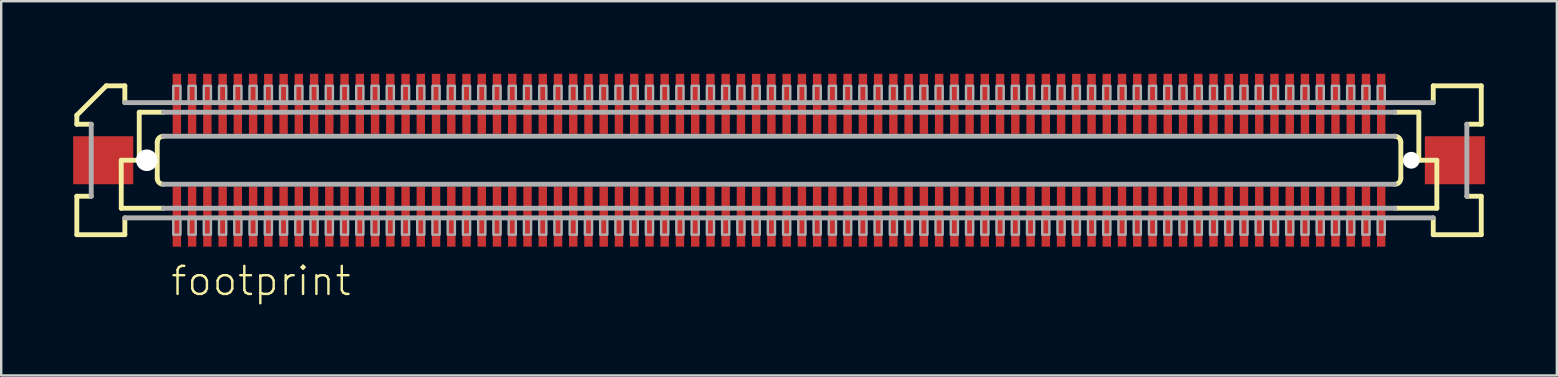
<source format=kicad_pcb>
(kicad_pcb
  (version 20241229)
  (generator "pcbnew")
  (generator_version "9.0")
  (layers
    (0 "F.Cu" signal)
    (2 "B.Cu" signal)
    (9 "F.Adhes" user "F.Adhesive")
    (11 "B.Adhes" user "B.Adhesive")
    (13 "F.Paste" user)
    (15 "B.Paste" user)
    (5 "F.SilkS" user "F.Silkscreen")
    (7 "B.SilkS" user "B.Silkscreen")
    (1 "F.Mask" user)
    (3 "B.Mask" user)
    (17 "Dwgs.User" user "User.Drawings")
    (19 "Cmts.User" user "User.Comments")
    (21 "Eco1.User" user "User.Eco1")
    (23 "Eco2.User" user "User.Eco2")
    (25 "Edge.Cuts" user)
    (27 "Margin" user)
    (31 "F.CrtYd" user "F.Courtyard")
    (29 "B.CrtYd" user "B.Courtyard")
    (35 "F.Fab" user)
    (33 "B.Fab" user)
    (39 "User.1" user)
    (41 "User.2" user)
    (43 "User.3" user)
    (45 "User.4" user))
  (footprint "footprint"
    (layer "F.Cu")
    (at 29.4 3.625)
    (property "Reference" "footprint" (at -25.4 5.715 0) (layer "F.SilkS") (effects (font (size 1.168 1.168) (thickness 0.102)) (justify left bottom)))
    (fp_poly (pts (xy -25.282 -1.075) (xy -24.883 -1.075) (xy -24.883 -3.625) (xy -25.282 -3.625)) (stroke (width 0) (type solid)) (fill yes) (layer "F.Mask"))
    (fp_poly (pts (xy -24.883 1.075) (xy -25.282 1.075) (xy -25.282 3.625) (xy -24.883 3.625)) (stroke (width 0) (type solid)) (fill yes) (layer "F.Mask"))
    (fp_poly (pts (xy -24.648 -1.075) (xy -24.247 -1.075) (xy -24.247 -3.625) (xy -24.648 -3.625)) (stroke (width 0) (type solid)) (fill yes) (layer "F.Mask"))
    (fp_poly (pts (xy -24.247 1.075) (xy -24.648 1.075) (xy -24.648 3.625) (xy -24.247 3.625)) (stroke (width 0) (type solid)) (fill yes) (layer "F.Mask"))
    (fp_poly (pts (xy -24.012 -1.075) (xy -23.613 -1.075) (xy -23.613 -3.625) (xy -24.012 -3.625)) (stroke (width 0) (type solid)) (fill yes) (layer "F.Mask"))
    (fp_poly (pts (xy -23.613 1.075) (xy -24.012 1.075) (xy -24.012 3.625) (xy -23.613 3.625)) (stroke (width 0) (type solid)) (fill yes) (layer "F.Mask"))
    (fp_poly (pts (xy -23.378 -1.075) (xy -22.977 -1.075) (xy -22.977 -3.625) (xy -23.378 -3.625)) (stroke (width 0) (type solid)) (fill yes) (layer "F.Mask"))
    (fp_poly (pts (xy -22.977 1.075) (xy -23.378 1.075) (xy -23.378 3.625) (xy -22.977 3.625)) (stroke (width 0) (type solid)) (fill yes) (layer "F.Mask"))
    (fp_poly (pts (xy -22.742 -1.075) (xy -22.343 -1.075) (xy -22.343 -3.625) (xy -22.742 -3.625)) (stroke (width 0) (type solid)) (fill yes) (layer "F.Mask"))
    (fp_poly (pts (xy -22.343 1.075) (xy -22.742 1.075) (xy -22.742 3.625) (xy -22.343 3.625)) (stroke (width 0) (type solid)) (fill yes) (layer "F.Mask"))
    (fp_poly (pts (xy -22.108 -1.075) (xy -21.707 -1.075) (xy -21.707 -3.625) (xy -22.108 -3.625)) (stroke (width 0) (type solid)) (fill yes) (layer "F.Mask"))
    (fp_poly (pts (xy -21.707 1.075) (xy -22.108 1.075) (xy -22.108 3.625) (xy -21.707 3.625)) (stroke (width 0) (type solid)) (fill yes) (layer "F.Mask"))
    (fp_poly (pts (xy -21.473 -1.075) (xy -21.073 -1.075) (xy -21.073 -3.625) (xy -21.473 -3.625)) (stroke (width 0) (type solid)) (fill yes) (layer "F.Mask"))
    (fp_poly (pts (xy -21.073 1.075) (xy -21.473 1.075) (xy -21.473 3.625) (xy -21.073 3.625)) (stroke (width 0) (type solid)) (fill yes) (layer "F.Mask"))
    (fp_poly (pts (xy -20.837 -1.075) (xy -20.438 -1.075) (xy -20.438 -3.625) (xy -20.837 -3.625)) (stroke (width 0) (type solid)) (fill yes) (layer "F.Mask"))
    (fp_poly (pts (xy -20.438 1.075) (xy -20.837 1.075) (xy -20.837 3.625) (xy -20.438 3.625)) (stroke (width 0) (type solid)) (fill yes) (layer "F.Mask"))
    (fp_poly (pts (xy -20.203 -1.075) (xy -19.802 -1.075) (xy -19.802 -3.625) (xy -20.203 -3.625)) (stroke (width 0) (type solid)) (fill yes) (layer "F.Mask"))
    (fp_poly (pts (xy -19.802 1.075) (xy -20.203 1.075) (xy -20.203 3.625) (xy -19.802 3.625)) (stroke (width 0) (type solid)) (fill yes) (layer "F.Mask"))
    (fp_poly (pts (xy -19.567 -1.075) (xy -19.168 -1.075) (xy -19.168 -3.625) (xy -19.567 -3.625)) (stroke (width 0) (type solid)) (fill yes) (layer "F.Mask"))
    (fp_poly (pts (xy -19.168 1.075) (xy -19.567 1.075) (xy -19.567 3.625) (xy -19.168 3.625)) (stroke (width 0) (type solid)) (fill yes) (layer "F.Mask"))
    (fp_poly (pts (xy -18.933 -1.075) (xy -18.532 -1.075) (xy -18.532 -3.625) (xy -18.933 -3.625)) (stroke (width 0) (type solid)) (fill yes) (layer "F.Mask"))
    (fp_poly (pts (xy -18.532 1.075) (xy -18.933 1.075) (xy -18.933 3.625) (xy -18.532 3.625)) (stroke (width 0) (type solid)) (fill yes) (layer "F.Mask"))
    (fp_poly (pts (xy -18.297 -1.075) (xy -17.898 -1.075) (xy -17.898 -3.625) (xy -18.297 -3.625)) (stroke (width 0) (type solid)) (fill yes) (layer "F.Mask"))
    (fp_poly (pts (xy -17.898 1.075) (xy -18.297 1.075) (xy -18.297 3.625) (xy -17.898 3.625)) (stroke (width 0) (type solid)) (fill yes) (layer "F.Mask"))
    (fp_poly (pts (xy -17.663 -1.075) (xy -17.262 -1.075) (xy -17.262 -3.625) (xy -17.663 -3.625)) (stroke (width 0) (type solid)) (fill yes) (layer "F.Mask"))
    (fp_poly (pts (xy -17.262 1.075) (xy -17.663 1.075) (xy -17.663 3.625) (xy -17.262 3.625)) (stroke (width 0) (type solid)) (fill yes) (layer "F.Mask"))
    (fp_poly (pts (xy -17.027 -1.075) (xy -16.628 -1.075) (xy -16.628 -3.625) (xy -17.027 -3.625)) (stroke (width 0) (type solid)) (fill yes) (layer "F.Mask"))
    (fp_poly (pts (xy -16.628 1.075) (xy -17.027 1.075) (xy -17.027 3.625) (xy -16.628 3.625)) (stroke (width 0) (type solid)) (fill yes) (layer "F.Mask"))
    (fp_poly (pts (xy -16.392 -1.075) (xy -15.992 -1.075) (xy -15.992 -3.625) (xy -16.392 -3.625)) (stroke (width 0) (type solid)) (fill yes) (layer "F.Mask"))
    (fp_poly (pts (xy -15.992 1.075) (xy -16.392 1.075) (xy -16.392 3.625) (xy -15.992 3.625)) (stroke (width 0) (type solid)) (fill yes) (layer "F.Mask"))
    (fp_poly (pts (xy -15.758 -1.075) (xy -15.357 -1.075) (xy -15.357 -3.625) (xy -15.758 -3.625)) (stroke (width 0) (type solid)) (fill yes) (layer "F.Mask"))
    (fp_poly (pts (xy -15.357 1.075) (xy -15.758 1.075) (xy -15.758 3.625) (xy -15.357 3.625)) (stroke (width 0) (type solid)) (fill yes) (layer "F.Mask"))
    (fp_poly (pts (xy -15.123 -1.075) (xy -14.723 -1.075) (xy -14.723 -3.625) (xy -15.123 -3.625)) (stroke (width 0) (type solid)) (fill yes) (layer "F.Mask"))
    (fp_poly (pts (xy -14.723 1.075) (xy -15.123 1.075) (xy -15.123 3.625) (xy -14.723 3.625)) (stroke (width 0) (type solid)) (fill yes) (layer "F.Mask"))
    (fp_poly (pts (xy -14.488 -1.075) (xy -14.088 -1.075) (xy -14.088 -3.625) (xy -14.488 -3.625)) (stroke (width 0) (type solid)) (fill yes) (layer "F.Mask"))
    (fp_poly (pts (xy -14.088 1.075) (xy -14.488 1.075) (xy -14.488 3.625) (xy -14.088 3.625)) (stroke (width 0) (type solid)) (fill yes) (layer "F.Mask"))
    (fp_poly (pts (xy -13.852 -1.075) (xy -13.453 -1.075) (xy -13.453 -3.625) (xy -13.852 -3.625)) (stroke (width 0) (type solid)) (fill yes) (layer "F.Mask"))
    (fp_poly (pts (xy -13.453 1.075) (xy -13.852 1.075) (xy -13.852 3.625) (xy -13.453 3.625)) (stroke (width 0) (type solid)) (fill yes) (layer "F.Mask"))
    (fp_poly (pts (xy -13.217 -1.075) (xy -12.818 -1.075) (xy -12.818 -3.625) (xy -13.217 -3.625)) (stroke (width 0) (type solid)) (fill yes) (layer "F.Mask"))
    (fp_poly (pts (xy -12.818 1.075) (xy -13.217 1.075) (xy -13.217 3.625) (xy -12.818 3.625)) (stroke (width 0) (type solid)) (fill yes) (layer "F.Mask"))
    (fp_poly (pts (xy -12.582 -1.075) (xy -12.182 -1.075) (xy -12.182 -3.625) (xy -12.582 -3.625)) (stroke (width 0) (type solid)) (fill yes) (layer "F.Mask"))
    (fp_poly (pts (xy -12.182 1.075) (xy -12.582 1.075) (xy -12.582 3.625) (xy -12.182 3.625)) (stroke (width 0) (type solid)) (fill yes) (layer "F.Mask"))
    (fp_poly (pts (xy -11.947 -1.075) (xy -11.547 -1.075) (xy -11.547 -3.625) (xy -11.947 -3.625)) (stroke (width 0) (type solid)) (fill yes) (layer "F.Mask"))
    (fp_poly (pts (xy -11.547 1.075) (xy -11.947 1.075) (xy -11.947 3.625) (xy -11.547 3.625)) (stroke (width 0) (type solid)) (fill yes) (layer "F.Mask"))
    (fp_poly (pts (xy -11.312 -1.075) (xy -10.912 -1.075) (xy -10.912 -3.625) (xy -11.312 -3.625)) (stroke (width 0) (type solid)) (fill yes) (layer "F.Mask"))
    (fp_poly (pts (xy -10.912 1.075) (xy -11.312 1.075) (xy -11.312 3.625) (xy -10.912 3.625)) (stroke (width 0) (type solid)) (fill yes) (layer "F.Mask"))
    (fp_poly (pts (xy -10.678 -1.075) (xy -10.277 -1.075) (xy -10.277 -3.625) (xy -10.678 -3.625)) (stroke (width 0) (type solid)) (fill yes) (layer "F.Mask"))
    (fp_poly (pts (xy -10.277 1.075) (xy -10.678 1.075) (xy -10.678 3.625) (xy -10.277 3.625)) (stroke (width 0) (type solid)) (fill yes) (layer "F.Mask"))
    (fp_poly (pts (xy -10.043 -1.075) (xy -9.643 -1.075) (xy -9.643 -3.625) (xy -10.043 -3.625)) (stroke (width 0) (type solid)) (fill yes) (layer "F.Mask"))
    (fp_poly (pts (xy -9.643 1.075) (xy -10.043 1.075) (xy -10.043 3.625) (xy -9.643 3.625)) (stroke (width 0) (type solid)) (fill yes) (layer "F.Mask"))
    (fp_poly (pts (xy -9.408 -1.075) (xy -9.008 -1.075) (xy -9.008 -3.625) (xy -9.408 -3.625)) (stroke (width 0) (type solid)) (fill yes) (layer "F.Mask"))
    (fp_poly (pts (xy -9.008 1.075) (xy -9.408 1.075) (xy -9.408 3.625) (xy -9.008 3.625)) (stroke (width 0) (type solid)) (fill yes) (layer "F.Mask"))
    (fp_poly (pts (xy -8.773 -1.075) (xy -8.373 -1.075) (xy -8.373 -3.625) (xy -8.773 -3.625)) (stroke (width 0) (type solid)) (fill yes) (layer "F.Mask"))
    (fp_poly (pts (xy -8.373 1.075) (xy -8.773 1.075) (xy -8.773 3.625) (xy -8.373 3.625)) (stroke (width 0) (type solid)) (fill yes) (layer "F.Mask"))
    (fp_poly (pts (xy -8.137 -1.075) (xy -7.737 -1.075) (xy -7.737 -3.625) (xy -8.137 -3.625)) (stroke (width 0) (type solid)) (fill yes) (layer "F.Mask"))
    (fp_poly (pts (xy -7.737 1.075) (xy -8.137 1.075) (xy -8.137 3.625) (xy -7.737 3.625)) (stroke (width 0) (type solid)) (fill yes) (layer "F.Mask"))
    (fp_poly (pts (xy -7.503 -1.075) (xy -7.103 -1.075) (xy -7.103 -3.625) (xy -7.503 -3.625)) (stroke (width 0) (type solid)) (fill yes) (layer "F.Mask"))
    (fp_poly (pts (xy -7.103 1.075) (xy -7.503 1.075) (xy -7.503 3.625) (xy -7.103 3.625)) (stroke (width 0) (type solid)) (fill yes) (layer "F.Mask"))
    (fp_poly (pts (xy -6.867 -1.075) (xy -6.468 -1.075) (xy -6.468 -3.625) (xy -6.867 -3.625)) (stroke (width 0) (type solid)) (fill yes) (layer "F.Mask"))
    (fp_poly (pts (xy -6.468 1.075) (xy -6.867 1.075) (xy -6.867 3.625) (xy -6.468 3.625)) (stroke (width 0) (type solid)) (fill yes) (layer "F.Mask"))
    (fp_poly (pts (xy -6.232 -1.075) (xy -5.832 -1.075) (xy -5.832 -3.625) (xy -6.232 -3.625)) (stroke (width 0) (type solid)) (fill yes) (layer "F.Mask"))
    (fp_poly (pts (xy -5.832 1.075) (xy -6.232 1.075) (xy -6.232 3.625) (xy -5.832 3.625)) (stroke (width 0) (type solid)) (fill yes) (layer "F.Mask"))
    (fp_poly (pts (xy -5.598 -1.075) (xy -5.197 -1.075) (xy -5.197 -3.625) (xy -5.598 -3.625)) (stroke (width 0) (type solid)) (fill yes) (layer "F.Mask"))
    (fp_poly (pts (xy -5.197 1.075) (xy -5.598 1.075) (xy -5.598 3.625) (xy -5.197 3.625)) (stroke (width 0) (type solid)) (fill yes) (layer "F.Mask"))
    (fp_poly (pts (xy -4.963 -1.075) (xy -4.562 -1.075) (xy -4.562 -3.625) (xy -4.963 -3.625)) (stroke (width 0) (type solid)) (fill yes) (layer "F.Mask"))
    (fp_poly (pts (xy -4.562 1.075) (xy -4.963 1.075) (xy -4.963 3.625) (xy -4.562 3.625)) (stroke (width 0) (type solid)) (fill yes) (layer "F.Mask"))
    (fp_poly (pts (xy -4.327 -1.075) (xy -3.928 -1.075) (xy -3.928 -3.625) (xy -4.327 -3.625)) (stroke (width 0) (type solid)) (fill yes) (layer "F.Mask"))
    (fp_poly (pts (xy -3.928 1.075) (xy -4.327 1.075) (xy -4.327 3.625) (xy -3.928 3.625)) (stroke (width 0) (type solid)) (fill yes) (layer "F.Mask"))
    (fp_poly (pts (xy -3.692 -1.075) (xy -3.292 -1.075) (xy -3.292 -3.625) (xy -3.692 -3.625)) (stroke (width 0) (type solid)) (fill yes) (layer "F.Mask"))
    (fp_poly (pts (xy -3.292 1.075) (xy -3.692 1.075) (xy -3.692 3.625) (xy -3.292 3.625)) (stroke (width 0) (type solid)) (fill yes) (layer "F.Mask"))
    (fp_poly (pts (xy -3.058 -1.075) (xy -2.658 -1.075) (xy -2.658 -3.625) (xy -3.058 -3.625)) (stroke (width 0) (type solid)) (fill yes) (layer "F.Mask"))
    (fp_poly (pts (xy -2.658 1.075) (xy -3.058 1.075) (xy -3.058 3.625) (xy -2.658 3.625)) (stroke (width 0) (type solid)) (fill yes) (layer "F.Mask"))
    (fp_poly (pts (xy -2.422 -1.075) (xy -2.022 -1.075) (xy -2.022 -3.625) (xy -2.422 -3.625)) (stroke (width 0) (type solid)) (fill yes) (layer "F.Mask"))
    (fp_poly (pts (xy -2.022 1.075) (xy -2.422 1.075) (xy -2.422 3.625) (xy -2.022 3.625)) (stroke (width 0) (type solid)) (fill yes) (layer "F.Mask"))
    (fp_poly (pts (xy -1.788 -1.075) (xy -1.387 -1.075) (xy -1.387 -3.625) (xy -1.788 -3.625)) (stroke (width 0) (type solid)) (fill yes) (layer "F.Mask"))
    (fp_poly (pts (xy -1.387 1.075) (xy -1.788 1.075) (xy -1.788 3.625) (xy -1.387 3.625)) (stroke (width 0) (type solid)) (fill yes) (layer "F.Mask"))
    (fp_poly (pts (xy -1.153 -1.075) (xy -0.752 -1.075) (xy -0.752 -3.625) (xy -1.153 -3.625)) (stroke (width 0) (type solid)) (fill yes) (layer "F.Mask"))
    (fp_poly (pts (xy -0.752 1.075) (xy -1.153 1.075) (xy -1.153 3.625) (xy -0.752 3.625)) (stroke (width 0) (type solid)) (fill yes) (layer "F.Mask"))
    (fp_poly (pts (xy -0.517 -1.075) (xy -0.117 -1.075) (xy -0.117 -3.625) (xy -0.517 -3.625)) (stroke (width 0) (type solid)) (fill yes) (layer "F.Mask"))
    (fp_poly (pts (xy -0.117 1.075) (xy -0.517 1.075) (xy -0.517 3.625) (xy -0.117 3.625)) (stroke (width 0) (type solid)) (fill yes) (layer "F.Mask"))
    (fp_poly (pts (xy 0.117 -1.075) (xy 0.517 -1.075) (xy 0.517 -3.625) (xy 0.117 -3.625)) (stroke (width 0) (type solid)) (fill yes) (layer "F.Mask"))
    (fp_poly (pts (xy 0.517 1.075) (xy 0.117 1.075) (xy 0.117 3.625) (xy 0.517 3.625)) (stroke (width 0) (type solid)) (fill yes) (layer "F.Mask"))
    (fp_poly (pts (xy 0.752 -1.075) (xy 1.153 -1.075) (xy 1.153 -3.625) (xy 0.752 -3.625)) (stroke (width 0) (type solid)) (fill yes) (layer "F.Mask"))
    (fp_poly (pts (xy 1.153 1.075) (xy 0.752 1.075) (xy 0.752 3.625) (xy 1.153 3.625)) (stroke (width 0) (type solid)) (fill yes) (layer "F.Mask"))
    (fp_poly (pts (xy 1.387 -1.075) (xy 1.788 -1.075) (xy 1.788 -3.625) (xy 1.387 -3.625)) (stroke (width 0) (type solid)) (fill yes) (layer "F.Mask"))
    (fp_poly (pts (xy 1.788 1.075) (xy 1.387 1.075) (xy 1.387 3.625) (xy 1.788 3.625)) (stroke (width 0) (type solid)) (fill yes) (layer "F.Mask"))
    (fp_poly (pts (xy 2.022 -1.075) (xy 2.422 -1.075) (xy 2.422 -3.625) (xy 2.022 -3.625)) (stroke (width 0) (type solid)) (fill yes) (layer "F.Mask"))
    (fp_poly (pts (xy 2.422 1.075) (xy 2.022 1.075) (xy 2.022 3.625) (xy 2.422 3.625)) (stroke (width 0) (type solid)) (fill yes) (layer "F.Mask"))
    (fp_poly (pts (xy 2.658 -1.075) (xy 3.058 -1.075) (xy 3.058 -3.625) (xy 2.658 -3.625)) (stroke (width 0) (type solid)) (fill yes) (layer "F.Mask"))
    (fp_poly (pts (xy 3.058 1.075) (xy 2.658 1.075) (xy 2.658 3.625) (xy 3.058 3.625)) (stroke (width 0) (type solid)) (fill yes) (layer "F.Mask"))
    (fp_poly (pts (xy 3.292 -1.075) (xy 3.692 -1.075) (xy 3.692 -3.625) (xy 3.292 -3.625)) (stroke (width 0) (type solid)) (fill yes) (layer "F.Mask"))
    (fp_poly (pts (xy 3.692 1.075) (xy 3.292 1.075) (xy 3.292 3.625) (xy 3.692 3.625)) (stroke (width 0) (type solid)) (fill yes) (layer "F.Mask"))
    (fp_poly (pts (xy 3.928 -1.075) (xy 4.327 -1.075) (xy 4.327 -3.625) (xy 3.928 -3.625)) (stroke (width 0) (type solid)) (fill yes) (layer "F.Mask"))
    (fp_poly (pts (xy 4.327 1.075) (xy 3.928 1.075) (xy 3.928 3.625) (xy 4.327 3.625)) (stroke (width 0) (type solid)) (fill yes) (layer "F.Mask"))
    (fp_poly (pts (xy 4.562 -1.075) (xy 4.963 -1.075) (xy 4.963 -3.625) (xy 4.562 -3.625)) (stroke (width 0) (type solid)) (fill yes) (layer "F.Mask"))
    (fp_poly (pts (xy 4.963 1.075) (xy 4.562 1.075) (xy 4.562 3.625) (xy 4.963 3.625)) (stroke (width 0) (type solid)) (fill yes) (layer "F.Mask"))
    (fp_poly (pts (xy 5.197 -1.075) (xy 5.598 -1.075) (xy 5.598 -3.625) (xy 5.197 -3.625)) (stroke (width 0) (type solid)) (fill yes) (layer "F.Mask"))
    (fp_poly (pts (xy 5.598 1.075) (xy 5.197 1.075) (xy 5.197 3.625) (xy 5.598 3.625)) (stroke (width 0) (type solid)) (fill yes) (layer "F.Mask"))
    (fp_poly (pts (xy 5.832 -1.075) (xy 6.232 -1.075) (xy 6.232 -3.625) (xy 5.832 -3.625)) (stroke (width 0) (type solid)) (fill yes) (layer "F.Mask"))
    (fp_poly (pts (xy 6.232 1.075) (xy 5.832 1.075) (xy 5.832 3.625) (xy 6.232 3.625)) (stroke (width 0) (type solid)) (fill yes) (layer "F.Mask"))
    (fp_poly (pts (xy 6.468 -1.075) (xy 6.867 -1.075) (xy 6.867 -3.625) (xy 6.468 -3.625)) (stroke (width 0) (type solid)) (fill yes) (layer "F.Mask"))
    (fp_poly (pts (xy 6.867 1.075) (xy 6.468 1.075) (xy 6.468 3.625) (xy 6.867 3.625)) (stroke (width 0) (type solid)) (fill yes) (layer "F.Mask"))
    (fp_poly (pts (xy 7.103 -1.075) (xy 7.503 -1.075) (xy 7.503 -3.625) (xy 7.103 -3.625)) (stroke (width 0) (type solid)) (fill yes) (layer "F.Mask"))
    (fp_poly (pts (xy 7.503 1.075) (xy 7.103 1.075) (xy 7.103 3.625) (xy 7.503 3.625)) (stroke (width 0) (type solid)) (fill yes) (layer "F.Mask"))
    (fp_poly (pts (xy 7.737 -1.075) (xy 8.137 -1.075) (xy 8.137 -3.625) (xy 7.737 -3.625)) (stroke (width 0) (type solid)) (fill yes) (layer "F.Mask"))
    (fp_poly (pts (xy 8.137 1.075) (xy 7.737 1.075) (xy 7.737 3.625) (xy 8.137 3.625)) (stroke (width 0) (type solid)) (fill yes) (layer "F.Mask"))
    (fp_poly (pts (xy 8.373 -1.075) (xy 8.773 -1.075) (xy 8.773 -3.625) (xy 8.373 -3.625)) (stroke (width 0) (type solid)) (fill yes) (layer "F.Mask"))
    (fp_poly (pts (xy 8.773 1.075) (xy 8.373 1.075) (xy 8.373 3.625) (xy 8.773 3.625)) (stroke (width 0) (type solid)) (fill yes) (layer "F.Mask"))
    (fp_poly (pts (xy 9.008 -1.075) (xy 9.408 -1.075) (xy 9.408 -3.625) (xy 9.008 -3.625)) (stroke (width 0) (type solid)) (fill yes) (layer "F.Mask"))
    (fp_poly (pts (xy 9.408 1.075) (xy 9.008 1.075) (xy 9.008 3.625) (xy 9.408 3.625)) (stroke (width 0) (type solid)) (fill yes) (layer "F.Mask"))
    (fp_poly (pts (xy 9.643 -1.075) (xy 10.043 -1.075) (xy 10.043 -3.625) (xy 9.643 -3.625)) (stroke (width 0) (type solid)) (fill yes) (layer "F.Mask"))
    (fp_poly (pts (xy 10.043 1.075) (xy 9.643 1.075) (xy 9.643 3.625) (xy 10.043 3.625)) (stroke (width 0) (type solid)) (fill yes) (layer "F.Mask"))
    (fp_poly (pts (xy 10.277 -1.075) (xy 10.678 -1.075) (xy 10.678 -3.625) (xy 10.277 -3.625)) (stroke (width 0) (type solid)) (fill yes) (layer "F.Mask"))
    (fp_poly (pts (xy 10.678 1.075) (xy 10.277 1.075) (xy 10.277 3.625) (xy 10.678 3.625)) (stroke (width 0) (type solid)) (fill yes) (layer "F.Mask"))
    (fp_poly (pts (xy 10.912 -1.075) (xy 11.312 -1.075) (xy 11.312 -3.625) (xy 10.912 -3.625)) (stroke (width 0) (type solid)) (fill yes) (layer "F.Mask"))
    (fp_poly (pts (xy 11.312 1.075) (xy 10.912 1.075) (xy 10.912 3.625) (xy 11.312 3.625)) (stroke (width 0) (type solid)) (fill yes) (layer "F.Mask"))
    (fp_poly (pts (xy 11.547 -1.075) (xy 11.947 -1.075) (xy 11.947 -3.625) (xy 11.547 -3.625)) (stroke (width 0) (type solid)) (fill yes) (layer "F.Mask"))
    (fp_poly (pts (xy 11.947 1.075) (xy 11.547 1.075) (xy 11.547 3.625) (xy 11.947 3.625)) (stroke (width 0) (type solid)) (fill yes) (layer "F.Mask"))
    (fp_poly (pts (xy 12.182 -1.075) (xy 12.582 -1.075) (xy 12.582 -3.625) (xy 12.182 -3.625)) (stroke (width 0) (type solid)) (fill yes) (layer "F.Mask"))
    (fp_poly (pts (xy 12.582 1.075) (xy 12.182 1.075) (xy 12.182 3.625) (xy 12.582 3.625)) (stroke (width 0) (type solid)) (fill yes) (layer "F.Mask"))
    (fp_poly (pts (xy 12.818 -1.075) (xy 13.217 -1.075) (xy 13.217 -3.625) (xy 12.818 -3.625)) (stroke (width 0) (type solid)) (fill yes) (layer "F.Mask"))
    (fp_poly (pts (xy 13.217 1.075) (xy 12.818 1.075) (xy 12.818 3.625) (xy 13.217 3.625)) (stroke (width 0) (type solid)) (fill yes) (layer "F.Mask"))
    (fp_poly (pts (xy 13.453 -1.075) (xy 13.852 -1.075) (xy 13.852 -3.625) (xy 13.453 -3.625)) (stroke (width 0) (type solid)) (fill yes) (layer "F.Mask"))
    (fp_poly (pts (xy 13.852 1.075) (xy 13.453 1.075) (xy 13.453 3.625) (xy 13.852 3.625)) (stroke (width 0) (type solid)) (fill yes) (layer "F.Mask"))
    (fp_poly (pts (xy 14.088 -1.075) (xy 14.488 -1.075) (xy 14.488 -3.625) (xy 14.088 -3.625)) (stroke (width 0) (type solid)) (fill yes) (layer "F.Mask"))
    (fp_poly (pts (xy 14.488 1.075) (xy 14.088 1.075) (xy 14.088 3.625) (xy 14.488 3.625)) (stroke (width 0) (type solid)) (fill yes) (layer "F.Mask"))
    (fp_poly (pts (xy 14.723 -1.075) (xy 15.123 -1.075) (xy 15.123 -3.625) (xy 14.723 -3.625)) (stroke (width 0) (type solid)) (fill yes) (layer "F.Mask"))
    (fp_poly (pts (xy 15.123 1.075) (xy 14.723 1.075) (xy 14.723 3.625) (xy 15.123 3.625)) (stroke (width 0) (type solid)) (fill yes) (layer "F.Mask"))
    (fp_poly (pts (xy 15.357 -1.075) (xy 15.758 -1.075) (xy 15.758 -3.625) (xy 15.357 -3.625)) (stroke (width 0) (type solid)) (fill yes) (layer "F.Mask"))
    (fp_poly (pts (xy 15.758 1.075) (xy 15.357 1.075) (xy 15.357 3.625) (xy 15.758 3.625)) (stroke (width 0) (type solid)) (fill yes) (layer "F.Mask"))
    (fp_poly (pts (xy 15.992 -1.075) (xy 16.392 -1.075) (xy 16.392 -3.625) (xy 15.992 -3.625)) (stroke (width 0) (type solid)) (fill yes) (layer "F.Mask"))
    (fp_poly (pts (xy 16.392 1.075) (xy 15.992 1.075) (xy 15.992 3.625) (xy 16.392 3.625)) (stroke (width 0) (type solid)) (fill yes) (layer "F.Mask"))
    (fp_poly (pts (xy 16.628 -1.075) (xy 17.027 -1.075) (xy 17.027 -3.625) (xy 16.628 -3.625)) (stroke (width 0) (type solid)) (fill yes) (layer "F.Mask"))
    (fp_poly (pts (xy 17.027 1.075) (xy 16.628 1.075) (xy 16.628 3.625) (xy 17.027 3.625)) (stroke (width 0) (type solid)) (fill yes) (layer "F.Mask"))
    (fp_poly (pts (xy 17.262 -1.075) (xy 17.663 -1.075) (xy 17.663 -3.625) (xy 17.262 -3.625)) (stroke (width 0) (type solid)) (fill yes) (layer "F.Mask"))
    (fp_poly (pts (xy 17.663 1.075) (xy 17.262 1.075) (xy 17.262 3.625) (xy 17.663 3.625)) (stroke (width 0) (type solid)) (fill yes) (layer "F.Mask"))
    (fp_poly (pts (xy 17.898 -1.075) (xy 18.297 -1.075) (xy 18.297 -3.625) (xy 17.898 -3.625)) (stroke (width 0) (type solid)) (fill yes) (layer "F.Mask"))
    (fp_poly (pts (xy 18.297 1.075) (xy 17.898 1.075) (xy 17.898 3.625) (xy 18.297 3.625)) (stroke (width 0) (type solid)) (fill yes) (layer "F.Mask"))
    (fp_poly (pts (xy 18.532 -1.075) (xy 18.933 -1.075) (xy 18.933 -3.625) (xy 18.532 -3.625)) (stroke (width 0) (type solid)) (fill yes) (layer "F.Mask"))
    (fp_poly (pts (xy 18.933 1.075) (xy 18.532 1.075) (xy 18.532 3.625) (xy 18.933 3.625)) (stroke (width 0) (type solid)) (fill yes) (layer "F.Mask"))
    (fp_poly (pts (xy 19.168 -1.075) (xy 19.567 -1.075) (xy 19.567 -3.625) (xy 19.168 -3.625)) (stroke (width 0) (type solid)) (fill yes) (layer "F.Mask"))
    (fp_poly (pts (xy 19.567 1.075) (xy 19.168 1.075) (xy 19.168 3.625) (xy 19.567 3.625)) (stroke (width 0) (type solid)) (fill yes) (layer "F.Mask"))
    (fp_poly (pts (xy 19.802 -1.075) (xy 20.203 -1.075) (xy 20.203 -3.625) (xy 19.802 -3.625)) (stroke (width 0) (type solid)) (fill yes) (layer "F.Mask"))
    (fp_poly (pts (xy 20.203 1.075) (xy 19.802 1.075) (xy 19.802 3.625) (xy 20.203 3.625)) (stroke (width 0) (type solid)) (fill yes) (layer "F.Mask"))
    (fp_poly (pts (xy 20.438 -1.075) (xy 20.837 -1.075) (xy 20.837 -3.625) (xy 20.438 -3.625)) (stroke (width 0) (type solid)) (fill yes) (layer "F.Mask"))
    (fp_poly (pts (xy 20.837 1.075) (xy 20.438 1.075) (xy 20.438 3.625) (xy 20.837 3.625)) (stroke (width 0) (type solid)) (fill yes) (layer "F.Mask"))
    (fp_poly (pts (xy 21.073 -1.075) (xy 21.473 -1.075) (xy 21.473 -3.625) (xy 21.073 -3.625)) (stroke (width 0) (type solid)) (fill yes) (layer "F.Mask"))
    (fp_poly (pts (xy 21.473 1.075) (xy 21.073 1.075) (xy 21.073 3.625) (xy 21.473 3.625)) (stroke (width 0) (type solid)) (fill yes) (layer "F.Mask"))
    (fp_poly (pts (xy 21.707 -1.075) (xy 22.108 -1.075) (xy 22.108 -3.625) (xy 21.707 -3.625)) (stroke (width 0) (type solid)) (fill yes) (layer "F.Mask"))
    (fp_poly (pts (xy 22.108 1.075) (xy 21.707 1.075) (xy 21.707 3.625) (xy 22.108 3.625)) (stroke (width 0) (type solid)) (fill yes) (layer "F.Mask"))
    (fp_poly (pts (xy 22.343 -1.075) (xy 22.742 -1.075) (xy 22.742 -3.625) (xy 22.343 -3.625)) (stroke (width 0) (type solid)) (fill yes) (layer "F.Mask"))
    (fp_poly (pts (xy 22.742 1.075) (xy 22.343 1.075) (xy 22.343 3.625) (xy 22.742 3.625)) (stroke (width 0) (type solid)) (fill yes) (layer "F.Mask"))
    (fp_poly (pts (xy 22.977 -1.075) (xy 23.378 -1.075) (xy 23.378 -3.625) (xy 22.977 -3.625)) (stroke (width 0) (type solid)) (fill yes) (layer "F.Mask"))
    (fp_poly (pts (xy 23.378 1.075) (xy 22.977 1.075) (xy 22.977 3.625) (xy 23.378 3.625)) (stroke (width 0) (type solid)) (fill yes) (layer "F.Mask"))
    (fp_poly (pts (xy 23.613 -1.075) (xy 24.012 -1.075) (xy 24.012 -3.625) (xy 23.613 -3.625)) (stroke (width 0) (type solid)) (fill yes) (layer "F.Mask"))
    (fp_poly (pts (xy 24.012 1.075) (xy 23.613 1.075) (xy 23.613 3.625) (xy 24.012 3.625)) (stroke (width 0) (type solid)) (fill yes) (layer "F.Mask"))
    (fp_poly (pts (xy 24.247 -1.075) (xy 24.648 -1.075) (xy 24.648 -3.625) (xy 24.247 -3.625)) (stroke (width 0) (type solid)) (fill yes) (layer "F.Mask"))
    (fp_poly (pts (xy 24.648 1.075) (xy 24.247 1.075) (xy 24.247 3.625) (xy 24.648 3.625)) (stroke (width 0) (type solid)) (fill yes) (layer "F.Mask"))
    (fp_poly (pts (xy 24.883 -1.075) (xy 25.282 -1.075) (xy 25.282 -3.625) (xy 24.883 -3.625)) (stroke (width 0) (type solid)) (fill yes) (layer "F.Mask"))
    (fp_poly (pts (xy 25.282 1.075) (xy 24.883 1.075) (xy 24.883 3.625) (xy 25.282 3.625)) (stroke (width 0) (type solid)) (fill yes) (layer "F.Mask"))
    (fp_line (start -29.25 -1.5) (end -29.25 -1.875) (stroke (width 0.203) (type solid)) (layer "F.SilkS"))
    (fp_line (start -29.25 1.5) (end -28.65 1.5) (stroke (width 0.203) (type solid)) (layer "F.SilkS"))
    (fp_line (start -29.25 3.1) (end -29.25 1.5) (stroke (width 0.203) (type solid)) (layer "F.SilkS"))
    (fp_line (start -28.65 -1.5) (end -29.25 -1.5) (stroke (width 0.203) (type solid)) (layer "F.SilkS"))
    (fp_line (start -28.025 -3.1) (end -29.25 -1.875) (stroke (width 0.203) (type solid)) (layer "F.SilkS"))
    (fp_line (start -28.025 -3.1) (end -27.25 -3.1) (stroke (width 0.203) (type solid)) (layer "F.SilkS"))
    (fp_line (start -27.4 0) (end -27.4 2) (stroke (width 0.203) (type solid)) (layer "F.SilkS"))
    (fp_line (start -27.4 2) (end -25.65 2) (stroke (width 0.203) (type solid)) (layer "F.SilkS"))
    (fp_line (start -27.25 -3.1) (end -27.25 -2.4) (stroke (width 0.203) (type solid)) (layer "F.SilkS"))
    (fp_line (start -27.25 2.4) (end -27.25 3.1) (stroke (width 0.203) (type solid)) (layer "F.SilkS"))
    (fp_line (start -27.25 3.1) (end -29.25 3.1) (stroke (width 0.203) (type solid)) (layer "F.SilkS"))
    (fp_line (start -26.65 -2) (end -26.65 0) (stroke (width 0.203) (type solid)) (layer "F.SilkS"))
    (fp_line (start -26.65 0) (end -27.4 0) (stroke (width 0.203) (type solid)) (layer "F.SilkS"))
    (fp_line (start -25.9 0.75) (end -25.9 -0.75) (stroke (width 0.203) (type solid)) (layer "F.SilkS"))
    (fp_line (start -25.65 -2) (end -26.65 -2) (stroke (width 0.203) (type solid)) (layer "F.SilkS"))
    (fp_line (start 25.65 2) (end 27.4 2) (stroke (width 0.203) (type solid)) (layer "F.SilkS"))
    (fp_line (start 25.9 -0.75) (end 25.9 0.75) (stroke (width 0.203) (type solid)) (layer "F.SilkS"))
    (fp_line (start 26.65 -2) (end 25.65 -2) (stroke (width 0.203) (type solid)) (layer "F.SilkS"))
    (fp_line (start 26.65 -2) (end 26.65 0) (stroke (width 0.203) (type solid)) (layer "F.SilkS"))
    (fp_line (start 27.25 -3.1) (end 29.25 -3.1) (stroke (width 0.203) (type solid)) (layer "F.SilkS"))
    (fp_line (start 27.25 -2.4) (end 27.25 -3.1) (stroke (width 0.203) (type solid)) (layer "F.SilkS"))
    (fp_line (start 27.25 3.1) (end 27.25 2.4) (stroke (width 0.203) (type solid)) (layer "F.SilkS"))
    (fp_line (start 27.4 0) (end 26.65 0) (stroke (width 0.203) (type solid)) (layer "F.SilkS"))
    (fp_line (start 27.4 0) (end 27.4 2) (stroke (width 0.203) (type solid)) (layer "F.SilkS"))
    (fp_line (start 28.65 1.5) (end 29.25 1.5) (stroke (width 0.203) (type solid)) (layer "F.SilkS"))
    (fp_line (start 29.25 -3.1) (end 29.25 -1.5) (stroke (width 0.203) (type solid)) (layer "F.SilkS"))
    (fp_line (start 29.25 -1.5) (end 28.65 -1.5) (stroke (width 0.203) (type solid)) (layer "F.SilkS"))
    (fp_line (start 29.25 1.5) (end 29.25 3.1) (stroke (width 0.203) (type solid)) (layer "F.SilkS"))
    (fp_line (start 29.25 3.1) (end 27.25 3.1) (stroke (width 0.203) (type solid)) (layer "F.SilkS"))
    (fp_arc (start -25.9 -0.75) (mid -25.826777 -0.926777) (end -25.65 -1) (stroke (width 0.2032) (type solid)) (layer "F.SilkS"))
    (fp_arc (start -25.65 1) (mid -25.826777 0.926777) (end -25.9 0.75) (stroke (width 0.2032) (type solid)) (layer "F.SilkS"))
    (fp_arc (start 25.65 -1) (mid 25.826777 -0.926777) (end 25.9 -0.75) (stroke (width 0.2032) (type solid)) (layer "F.SilkS"))
    (fp_arc (start 25.9 0.75) (mid 25.826777 0.926777) (end 25.65 1) (stroke (width 0.2032) (type solid)) (layer "F.SilkS"))
    (fp_line (start -28.65 1.5) (end -28.65 -1.5) (stroke (width 0.203) (type solid)) (layer "F.Fab"))
    (fp_line (start -27.25 -2.4) (end 27.25 -2.4) (stroke (width 0.203) (type solid)) (layer "F.Fab"))
    (fp_line (start -25.65 -1) (end 25.65 -1) (stroke (width 0.203) (type solid)) (layer "F.Fab"))
    (fp_line (start -25.65 2) (end 25.65 2) (stroke (width 0.203) (type solid)) (layer "F.Fab"))
    (fp_line (start 25.65 -2) (end -25.65 -2) (stroke (width 0.203) (type solid)) (layer "F.Fab"))
    (fp_line (start 25.65 1) (end -25.65 1) (stroke (width 0.203) (type solid)) (layer "F.Fab"))
    (fp_line (start 27.25 2.4) (end -27.25 2.4) (stroke (width 0.203) (type solid)) (layer "F.Fab"))
    (fp_line (start 28.65 -1.5) (end 28.65 1.5) (stroke (width 0.203) (type solid)) (layer "F.Fab"))
    (fp_poly (pts (xy -25.233 3.1) (xy -24.933 3.1) (xy -24.933 2.375) (xy -25.233 2.375)) (stroke (width 0.1) (type solid)) (fill no) (layer "F.Fab"))
    (fp_poly (pts (xy -24.933 -3.1) (xy -25.233 -3.1) (xy -25.233 -2.375) (xy -24.933 -2.375)) (stroke (width 0.1) (type solid)) (fill no) (layer "F.Fab"))
    (fp_poly (pts (xy -24.598 3.1) (xy -24.297 3.1) (xy -24.297 2.375) (xy -24.598 2.375)) (stroke (width 0.1) (type solid)) (fill no) (layer "F.Fab"))
    (fp_poly (pts (xy -24.297 -3.1) (xy -24.598 -3.1) (xy -24.598 -2.375) (xy -24.297 -2.375)) (stroke (width 0.1) (type solid)) (fill no) (layer "F.Fab"))
    (fp_poly (pts (xy -23.962 3.1) (xy -23.663 3.1) (xy -23.663 2.375) (xy -23.962 2.375)) (stroke (width 0.1) (type solid)) (fill no) (layer "F.Fab"))
    (fp_poly (pts (xy -23.663 -3.1) (xy -23.962 -3.1) (xy -23.962 -2.375) (xy -23.663 -2.375)) (stroke (width 0.1) (type solid)) (fill no) (layer "F.Fab"))
    (fp_poly (pts (xy -23.328 3.1) (xy -23.027 3.1) (xy -23.027 2.375) (xy -23.328 2.375)) (stroke (width 0.1) (type solid)) (fill no) (layer "F.Fab"))
    (fp_poly (pts (xy -23.027 -3.1) (xy -23.328 -3.1) (xy -23.328 -2.375) (xy -23.027 -2.375)) (stroke (width 0.1) (type solid)) (fill no) (layer "F.Fab"))
    (fp_poly (pts (xy -22.692 3.1) (xy -22.392 3.1) (xy -22.392 2.375) (xy -22.692 2.375)) (stroke (width 0.1) (type solid)) (fill no) (layer "F.Fab"))
    (fp_poly (pts (xy -22.392 -3.1) (xy -22.692 -3.1) (xy -22.692 -2.375) (xy -22.392 -2.375)) (stroke (width 0.1) (type solid)) (fill no) (layer "F.Fab"))
    (fp_poly (pts (xy -22.058 3.1) (xy -21.758 3.1) (xy -21.758 2.375) (xy -22.058 2.375)) (stroke (width 0.1) (type solid)) (fill no) (layer "F.Fab"))
    (fp_poly (pts (xy -21.758 -3.1) (xy -22.058 -3.1) (xy -22.058 -2.375) (xy -21.758 -2.375)) (stroke (width 0.1) (type solid)) (fill no) (layer "F.Fab"))
    (fp_poly (pts (xy -21.422 3.1) (xy -21.122 3.1) (xy -21.122 2.375) (xy -21.422 2.375)) (stroke (width 0.1) (type solid)) (fill no) (layer "F.Fab"))
    (fp_poly (pts (xy -21.122 -3.1) (xy -21.422 -3.1) (xy -21.422 -2.375) (xy -21.122 -2.375)) (stroke (width 0.1) (type solid)) (fill no) (layer "F.Fab"))
    (fp_poly (pts (xy -20.788 3.1) (xy -20.488 3.1) (xy -20.488 2.375) (xy -20.788 2.375)) (stroke (width 0.1) (type solid)) (fill no) (layer "F.Fab"))
    (fp_poly (pts (xy -20.488 -3.1) (xy -20.788 -3.1) (xy -20.788 -2.375) (xy -20.488 -2.375)) (stroke (width 0.1) (type solid)) (fill no) (layer "F.Fab"))
    (fp_poly (pts (xy -20.152 3.1) (xy -19.852 3.1) (xy -19.852 2.375) (xy -20.152 2.375)) (stroke (width 0.1) (type solid)) (fill no) (layer "F.Fab"))
    (fp_poly (pts (xy -19.852 -3.1) (xy -20.152 -3.1) (xy -20.152 -2.375) (xy -19.852 -2.375)) (stroke (width 0.1) (type solid)) (fill no) (layer "F.Fab"))
    (fp_poly (pts (xy -19.517 3.1) (xy -19.218 3.1) (xy -19.218 2.375) (xy -19.517 2.375)) (stroke (width 0.1) (type solid)) (fill no) (layer "F.Fab"))
    (fp_poly (pts (xy -19.218 -3.1) (xy -19.517 -3.1) (xy -19.517 -2.375) (xy -19.218 -2.375)) (stroke (width 0.1) (type solid)) (fill no) (layer "F.Fab"))
    (fp_poly (pts (xy -18.883 3.1) (xy -18.582 3.1) (xy -18.582 2.375) (xy -18.883 2.375)) (stroke (width 0.1) (type solid)) (fill no) (layer "F.Fab"))
    (fp_poly (pts (xy -18.582 -3.1) (xy -18.883 -3.1) (xy -18.883 -2.375) (xy -18.582 -2.375)) (stroke (width 0.1) (type solid)) (fill no) (layer "F.Fab"))
    (fp_poly (pts (xy -18.247 3.1) (xy -17.948 3.1) (xy -17.948 2.375) (xy -18.247 2.375)) (stroke (width 0.1) (type solid)) (fill no) (layer "F.Fab"))
    (fp_poly (pts (xy -17.948 -3.1) (xy -18.247 -3.1) (xy -18.247 -2.375) (xy -17.948 -2.375)) (stroke (width 0.1) (type solid)) (fill no) (layer "F.Fab"))
    (fp_poly (pts (xy -17.613 3.1) (xy -17.312 3.1) (xy -17.312 2.375) (xy -17.613 2.375)) (stroke (width 0.1) (type solid)) (fill no) (layer "F.Fab"))
    (fp_poly (pts (xy -17.312 -3.1) (xy -17.613 -3.1) (xy -17.613 -2.375) (xy -17.312 -2.375)) (stroke (width 0.1) (type solid)) (fill no) (layer "F.Fab"))
    (fp_poly (pts (xy -16.977 3.1) (xy -16.677 3.1) (xy -16.677 2.375) (xy -16.977 2.375)) (stroke (width 0.1) (type solid)) (fill no) (layer "F.Fab"))
    (fp_poly (pts (xy -16.677 -3.1) (xy -16.977 -3.1) (xy -16.977 -2.375) (xy -16.677 -2.375)) (stroke (width 0.1) (type solid)) (fill no) (layer "F.Fab"))
    (fp_poly (pts (xy -16.343 3.1) (xy -16.043 3.1) (xy -16.043 2.375) (xy -16.343 2.375)) (stroke (width 0.1) (type solid)) (fill no) (layer "F.Fab"))
    (fp_poly (pts (xy -16.043 -3.1) (xy -16.343 -3.1) (xy -16.343 -2.375) (xy -16.043 -2.375)) (stroke (width 0.1) (type solid)) (fill no) (layer "F.Fab"))
    (fp_poly (pts (xy -15.707 3.1) (xy -15.408 3.1) (xy -15.408 2.375) (xy -15.707 2.375)) (stroke (width 0.1) (type solid)) (fill no) (layer "F.Fab"))
    (fp_poly (pts (xy -15.408 -3.1) (xy -15.707 -3.1) (xy -15.707 -2.375) (xy -15.408 -2.375)) (stroke (width 0.1) (type solid)) (fill no) (layer "F.Fab"))
    (fp_poly (pts (xy -15.072 3.1) (xy -14.773 3.1) (xy -14.773 2.375) (xy -15.072 2.375)) (stroke (width 0.1) (type solid)) (fill no) (layer "F.Fab"))
    (fp_poly (pts (xy -14.773 -3.1) (xy -15.072 -3.1) (xy -15.072 -2.375) (xy -14.773 -2.375)) (stroke (width 0.1) (type solid)) (fill no) (layer "F.Fab"))
    (fp_poly (pts (xy -14.438 3.1) (xy -14.137 3.1) (xy -14.137 2.375) (xy -14.438 2.375)) (stroke (width 0.1) (type solid)) (fill no) (layer "F.Fab"))
    (fp_poly (pts (xy -14.137 -3.1) (xy -14.438 -3.1) (xy -14.438 -2.375) (xy -14.137 -2.375)) (stroke (width 0.1) (type solid)) (fill no) (layer "F.Fab"))
    (fp_poly (pts (xy -13.803 3.1) (xy -13.502 3.1) (xy -13.502 2.375) (xy -13.803 2.375)) (stroke (width 0.1) (type solid)) (fill no) (layer "F.Fab"))
    (fp_poly (pts (xy -13.502 -3.1) (xy -13.803 -3.1) (xy -13.803 -2.375) (xy -13.502 -2.375)) (stroke (width 0.1) (type solid)) (fill no) (layer "F.Fab"))
    (fp_poly (pts (xy -13.168 3.1) (xy -12.867 3.1) (xy -12.867 2.375) (xy -13.168 2.375)) (stroke (width 0.1) (type solid)) (fill no) (layer "F.Fab"))
    (fp_poly (pts (xy -12.867 -3.1) (xy -13.168 -3.1) (xy -13.168 -2.375) (xy -12.867 -2.375)) (stroke (width 0.1) (type solid)) (fill no) (layer "F.Fab"))
    (fp_poly (pts (xy -12.533 3.1) (xy -12.232 3.1) (xy -12.232 2.375) (xy -12.533 2.375)) (stroke (width 0.1) (type solid)) (fill no) (layer "F.Fab"))
    (fp_poly (pts (xy -12.232 -3.1) (xy -12.533 -3.1) (xy -12.533 -2.375) (xy -12.232 -2.375)) (stroke (width 0.1) (type solid)) (fill no) (layer "F.Fab"))
    (fp_poly (pts (xy -11.898 3.1) (xy -11.598 3.1) (xy -11.598 2.375) (xy -11.898 2.375)) (stroke (width 0.1) (type solid)) (fill no) (layer "F.Fab"))
    (fp_poly (pts (xy -11.598 -3.1) (xy -11.898 -3.1) (xy -11.898 -2.375) (xy -11.598 -2.375)) (stroke (width 0.1) (type solid)) (fill no) (layer "F.Fab"))
    (fp_poly (pts (xy -11.262 3.1) (xy -10.963 3.1) (xy -10.963 2.375) (xy -11.262 2.375)) (stroke (width 0.1) (type solid)) (fill no) (layer "F.Fab"))
    (fp_poly (pts (xy -10.963 -3.1) (xy -11.262 -3.1) (xy -11.262 -2.375) (xy -10.963 -2.375)) (stroke (width 0.1) (type solid)) (fill no) (layer "F.Fab"))
    (fp_poly (pts (xy -10.627 3.1) (xy -10.328 3.1) (xy -10.328 2.375) (xy -10.627 2.375)) (stroke (width 0.1) (type solid)) (fill no) (layer "F.Fab"))
    (fp_poly (pts (xy -10.328 -3.1) (xy -10.627 -3.1) (xy -10.627 -2.375) (xy -10.328 -2.375)) (stroke (width 0.1) (type solid)) (fill no) (layer "F.Fab"))
    (fp_poly (pts (xy -9.992 3.1) (xy -9.693 3.1) (xy -9.693 2.375) (xy -9.992 2.375)) (stroke (width 0.1) (type solid)) (fill no) (layer "F.Fab"))
    (fp_poly (pts (xy -9.693 -3.1) (xy -9.992 -3.1) (xy -9.992 -2.375) (xy -9.693 -2.375)) (stroke (width 0.1) (type solid)) (fill no) (layer "F.Fab"))
    (fp_poly (pts (xy -9.357 3.1) (xy -9.057 3.1) (xy -9.057 2.375) (xy -9.357 2.375)) (stroke (width 0.1) (type solid)) (fill no) (layer "F.Fab"))
    (fp_poly (pts (xy -9.057 -3.1) (xy -9.357 -3.1) (xy -9.357 -2.375) (xy -9.057 -2.375)) (stroke (width 0.1) (type solid)) (fill no) (layer "F.Fab"))
    (fp_poly (pts (xy -8.723 3.1) (xy -8.422 3.1) (xy -8.422 2.375) (xy -8.723 2.375)) (stroke (width 0.1) (type solid)) (fill no) (layer "F.Fab"))
    (fp_poly (pts (xy -8.422 -3.1) (xy -8.723 -3.1) (xy -8.723 -2.375) (xy -8.422 -2.375)) (stroke (width 0.1) (type solid)) (fill no) (layer "F.Fab"))
    (fp_poly (pts (xy -8.088 3.1) (xy -7.787 3.1) (xy -7.787 2.375) (xy -8.088 2.375)) (stroke (width 0.1) (type solid)) (fill no) (layer "F.Fab"))
    (fp_poly (pts (xy -7.787 -3.1) (xy -8.088 -3.1) (xy -8.088 -2.375) (xy -7.787 -2.375)) (stroke (width 0.1) (type solid)) (fill no) (layer "F.Fab"))
    (fp_poly (pts (xy -7.452 3.1) (xy -7.152 3.1) (xy -7.152 2.375) (xy -7.452 2.375)) (stroke (width 0.1) (type solid)) (fill no) (layer "F.Fab"))
    (fp_poly (pts (xy -7.152 -3.1) (xy -7.452 -3.1) (xy -7.452 -2.375) (xy -7.152 -2.375)) (stroke (width 0.1) (type solid)) (fill no) (layer "F.Fab"))
    (fp_poly (pts (xy -6.817 3.1) (xy -6.518 3.1) (xy -6.518 2.375) (xy -6.817 2.375)) (stroke (width 0.1) (type solid)) (fill no) (layer "F.Fab"))
    (fp_poly (pts (xy -6.518 -3.1) (xy -6.817 -3.1) (xy -6.817 -2.375) (xy -6.518 -2.375)) (stroke (width 0.1) (type solid)) (fill no) (layer "F.Fab"))
    (fp_poly (pts (xy -6.183 3.1) (xy -5.883 3.1) (xy -5.883 2.375) (xy -6.183 2.375)) (stroke (width 0.1) (type solid)) (fill no) (layer "F.Fab"))
    (fp_poly (pts (xy -5.883 -3.1) (xy -6.183 -3.1) (xy -6.183 -2.375) (xy -5.883 -2.375)) (stroke (width 0.1) (type solid)) (fill no) (layer "F.Fab"))
    (fp_poly (pts (xy -5.548 3.1) (xy -5.247 3.1) (xy -5.247 2.375) (xy -5.548 2.375)) (stroke (width 0.1) (type solid)) (fill no) (layer "F.Fab"))
    (fp_poly (pts (xy -5.247 -3.1) (xy -5.548 -3.1) (xy -5.548 -2.375) (xy -5.247 -2.375)) (stroke (width 0.1) (type solid)) (fill no) (layer "F.Fab"))
    (fp_poly (pts (xy -4.912 3.1) (xy -4.612 3.1) (xy -4.612 2.375) (xy -4.912 2.375)) (stroke (width 0.1) (type solid)) (fill no) (layer "F.Fab"))
    (fp_poly (pts (xy -4.612 -3.1) (xy -4.912 -3.1) (xy -4.912 -2.375) (xy -4.612 -2.375)) (stroke (width 0.1) (type solid)) (fill no) (layer "F.Fab"))
    (fp_poly (pts (xy -4.277 3.1) (xy -3.978 3.1) (xy -3.978 2.375) (xy -4.277 2.375)) (stroke (width 0.1) (type solid)) (fill no) (layer "F.Fab"))
    (fp_poly (pts (xy -3.978 -3.1) (xy -4.277 -3.1) (xy -4.277 -2.375) (xy -3.978 -2.375)) (stroke (width 0.1) (type solid)) (fill no) (layer "F.Fab"))
    (fp_poly (pts (xy -3.643 3.1) (xy -3.342 3.1) (xy -3.342 2.375) (xy -3.643 2.375)) (stroke (width 0.1) (type solid)) (fill no) (layer "F.Fab"))
    (fp_poly (pts (xy -3.342 -3.1) (xy -3.643 -3.1) (xy -3.643 -2.375) (xy -3.342 -2.375)) (stroke (width 0.1) (type solid)) (fill no) (layer "F.Fab"))
    (fp_poly (pts (xy -3.007 3.1) (xy -2.708 3.1) (xy -2.708 2.375) (xy -3.007 2.375)) (stroke (width 0.1) (type solid)) (fill no) (layer "F.Fab"))
    (fp_poly (pts (xy -2.708 -3.1) (xy -3.007 -3.1) (xy -3.007 -2.375) (xy -2.708 -2.375)) (stroke (width 0.1) (type solid)) (fill no) (layer "F.Fab"))
    (fp_poly (pts (xy -2.373 3.1) (xy -2.072 3.1) (xy -2.072 2.375) (xy -2.373 2.375)) (stroke (width 0.1) (type solid)) (fill no) (layer "F.Fab"))
    (fp_poly (pts (xy -2.072 -3.1) (xy -2.373 -3.1) (xy -2.373 -2.375) (xy -2.072 -2.375)) (stroke (width 0.1) (type solid)) (fill no) (layer "F.Fab"))
    (fp_poly (pts (xy -1.738 3.1) (xy -1.438 3.1) (xy -1.438 2.375) (xy -1.738 2.375)) (stroke (width 0.1) (type solid)) (fill no) (layer "F.Fab"))
    (fp_poly (pts (xy -1.438 -3.1) (xy -1.738 -3.1) (xy -1.738 -2.375) (xy -1.438 -2.375)) (stroke (width 0.1) (type solid)) (fill no) (layer "F.Fab"))
    (fp_poly (pts (xy -1.103 3.1) (xy -0.802 3.1) (xy -0.802 2.375) (xy -1.103 2.375)) (stroke (width 0.1) (type solid)) (fill no) (layer "F.Fab"))
    (fp_poly (pts (xy -0.802 -3.1) (xy -1.103 -3.1) (xy -1.103 -2.375) (xy -0.802 -2.375)) (stroke (width 0.1) (type solid)) (fill no) (layer "F.Fab"))
    (fp_poly (pts (xy -0.468 3.1) (xy -0.168 3.1) (xy -0.168 2.375) (xy -0.468 2.375)) (stroke (width 0.1) (type solid)) (fill no) (layer "F.Fab"))
    (fp_poly (pts (xy -0.168 -3.1) (xy -0.468 -3.1) (xy -0.468 -2.375) (xy -0.168 -2.375)) (stroke (width 0.1) (type solid)) (fill no) (layer "F.Fab"))
    (fp_poly (pts (xy 0.168 3.1) (xy 0.468 3.1) (xy 0.468 2.375) (xy 0.168 2.375)) (stroke (width 0.1) (type solid)) (fill no) (layer "F.Fab"))
    (fp_poly (pts (xy 0.468 -3.1) (xy 0.168 -3.1) (xy 0.168 -2.375) (xy 0.468 -2.375)) (stroke (width 0.1) (type solid)) (fill no) (layer "F.Fab"))
    (fp_poly (pts (xy 0.802 3.1) (xy 1.103 3.1) (xy 1.103 2.375) (xy 0.802 2.375)) (stroke (width 0.1) (type solid)) (fill no) (layer "F.Fab"))
    (fp_poly (pts (xy 1.103 -3.1) (xy 0.802 -3.1) (xy 0.802 -2.375) (xy 1.103 -2.375)) (stroke (width 0.1) (type solid)) (fill no) (layer "F.Fab"))
    (fp_poly (pts (xy 1.438 3.1) (xy 1.738 3.1) (xy 1.738 2.375) (xy 1.438 2.375)) (stroke (width 0.1) (type solid)) (fill no) (layer "F.Fab"))
    (fp_poly (pts (xy 1.738 -3.1) (xy 1.438 -3.1) (xy 1.438 -2.375) (xy 1.738 -2.375)) (stroke (width 0.1) (type solid)) (fill no) (layer "F.Fab"))
    (fp_poly (pts (xy 2.072 3.1) (xy 2.373 3.1) (xy 2.373 2.375) (xy 2.072 2.375)) (stroke (width 0.1) (type solid)) (fill no) (layer "F.Fab"))
    (fp_poly (pts (xy 2.373 -3.1) (xy 2.072 -3.1) (xy 2.072 -2.375) (xy 2.373 -2.375)) (stroke (width 0.1) (type solid)) (fill no) (layer "F.Fab"))
    (fp_poly (pts (xy 2.708 3.1) (xy 3.007 3.1) (xy 3.007 2.375) (xy 2.708 2.375)) (stroke (width 0.1) (type solid)) (fill no) (layer "F.Fab"))
    (fp_poly (pts (xy 3.007 -3.1) (xy 2.708 -3.1) (xy 2.708 -2.375) (xy 3.007 -2.375)) (stroke (width 0.1) (type solid)) (fill no) (layer "F.Fab"))
    (fp_poly (pts (xy 3.342 3.1) (xy 3.643 3.1) (xy 3.643 2.375) (xy 3.342 2.375)) (stroke (width 0.1) (type solid)) (fill no) (layer "F.Fab"))
    (fp_poly (pts (xy 3.643 -3.1) (xy 3.342 -3.1) (xy 3.342 -2.375) (xy 3.643 -2.375)) (stroke (width 0.1) (type solid)) (fill no) (layer "F.Fab"))
    (fp_poly (pts (xy 3.978 3.1) (xy 4.277 3.1) (xy 4.277 2.375) (xy 3.978 2.375)) (stroke (width 0.1) (type solid)) (fill no) (layer "F.Fab"))
    (fp_poly (pts (xy 4.277 -3.1) (xy 3.978 -3.1) (xy 3.978 -2.375) (xy 4.277 -2.375)) (stroke (width 0.1) (type solid)) (fill no) (layer "F.Fab"))
    (fp_poly (pts (xy 4.612 3.1) (xy 4.912 3.1) (xy 4.912 2.375) (xy 4.612 2.375)) (stroke (width 0.1) (type solid)) (fill no) (layer "F.Fab"))
    (fp_poly (pts (xy 4.912 -3.1) (xy 4.612 -3.1) (xy 4.612 -2.375) (xy 4.912 -2.375)) (stroke (width 0.1) (type solid)) (fill no) (layer "F.Fab"))
    (fp_poly (pts (xy 5.247 3.1) (xy 5.548 3.1) (xy 5.548 2.375) (xy 5.247 2.375)) (stroke (width 0.1) (type solid)) (fill no) (layer "F.Fab"))
    (fp_poly (pts (xy 5.548 -3.1) (xy 5.247 -3.1) (xy 5.247 -2.375) (xy 5.548 -2.375)) (stroke (width 0.1) (type solid)) (fill no) (layer "F.Fab"))
    (fp_poly (pts (xy 5.883 3.1) (xy 6.183 3.1) (xy 6.183 2.375) (xy 5.883 2.375)) (stroke (width 0.1) (type solid)) (fill no) (layer "F.Fab"))
    (fp_poly (pts (xy 6.183 -3.1) (xy 5.883 -3.1) (xy 5.883 -2.375) (xy 6.183 -2.375)) (stroke (width 0.1) (type solid)) (fill no) (layer "F.Fab"))
    (fp_poly (pts (xy 6.518 3.1) (xy 6.817 3.1) (xy 6.817 2.375) (xy 6.518 2.375)) (stroke (width 0.1) (type solid)) (fill no) (layer "F.Fab"))
    (fp_poly (pts (xy 6.817 -3.1) (xy 6.518 -3.1) (xy 6.518 -2.375) (xy 6.817 -2.375)) (stroke (width 0.1) (type solid)) (fill no) (layer "F.Fab"))
    (fp_poly (pts (xy 7.152 3.1) (xy 7.452 3.1) (xy 7.452 2.375) (xy 7.152 2.375)) (stroke (width 0.1) (type solid)) (fill no) (layer "F.Fab"))
    (fp_poly (pts (xy 7.452 -3.1) (xy 7.152 -3.1) (xy 7.152 -2.375) (xy 7.452 -2.375)) (stroke (width 0.1) (type solid)) (fill no) (layer "F.Fab"))
    (fp_poly (pts (xy 7.787 3.1) (xy 8.088 3.1) (xy 8.088 2.375) (xy 7.787 2.375)) (stroke (width 0.1) (type solid)) (fill no) (layer "F.Fab"))
    (fp_poly (pts (xy 8.088 -3.1) (xy 7.787 -3.1) (xy 7.787 -2.375) (xy 8.088 -2.375)) (stroke (width 0.1) (type solid)) (fill no) (layer "F.Fab"))
    (fp_poly (pts (xy 8.422 3.1) (xy 8.723 3.1) (xy 8.723 2.375) (xy 8.422 2.375)) (stroke (width 0.1) (type solid)) (fill no) (layer "F.Fab"))
    (fp_poly (pts (xy 8.723 -3.1) (xy 8.422 -3.1) (xy 8.422 -2.375) (xy 8.723 -2.375)) (stroke (width 0.1) (type solid)) (fill no) (layer "F.Fab"))
    (fp_poly (pts (xy 9.057 3.1) (xy 9.357 3.1) (xy 9.357 2.375) (xy 9.057 2.375)) (stroke (width 0.1) (type solid)) (fill no) (layer "F.Fab"))
    (fp_poly (pts (xy 9.357 -3.1) (xy 9.057 -3.1) (xy 9.057 -2.375) (xy 9.357 -2.375)) (stroke (width 0.1) (type solid)) (fill no) (layer "F.Fab"))
    (fp_poly (pts (xy 9.693 3.1) (xy 9.992 3.1) (xy 9.992 2.375) (xy 9.693 2.375)) (stroke (width 0.1) (type solid)) (fill no) (layer "F.Fab"))
    (fp_poly (pts (xy 9.992 -3.1) (xy 9.693 -3.1) (xy 9.693 -2.375) (xy 9.992 -2.375)) (stroke (width 0.1) (type solid)) (fill no) (layer "F.Fab"))
    (fp_poly (pts (xy 10.328 3.1) (xy 10.627 3.1) (xy 10.627 2.375) (xy 10.328 2.375)) (stroke (width 0.1) (type solid)) (fill no) (layer "F.Fab"))
    (fp_poly (pts (xy 10.627 -3.1) (xy 10.328 -3.1) (xy 10.328 -2.375) (xy 10.627 -2.375)) (stroke (width 0.1) (type solid)) (fill no) (layer "F.Fab"))
    (fp_poly (pts (xy 10.963 3.1) (xy 11.262 3.1) (xy 11.262 2.375) (xy 10.963 2.375)) (stroke (width 0.1) (type solid)) (fill no) (layer "F.Fab"))
    (fp_poly (pts (xy 11.262 -3.1) (xy 10.963 -3.1) (xy 10.963 -2.375) (xy 11.262 -2.375)) (stroke (width 0.1) (type solid)) (fill no) (layer "F.Fab"))
    (fp_poly (pts (xy 11.598 3.1) (xy 11.898 3.1) (xy 11.898 2.375) (xy 11.598 2.375)) (stroke (width 0.1) (type solid)) (fill no) (layer "F.Fab"))
    (fp_poly (pts (xy 11.898 -3.1) (xy 11.598 -3.1) (xy 11.598 -2.375) (xy 11.898 -2.375)) (stroke (width 0.1) (type solid)) (fill no) (layer "F.Fab"))
    (fp_poly (pts (xy 12.232 3.1) (xy 12.533 3.1) (xy 12.533 2.375) (xy 12.232 2.375)) (stroke (width 0.1) (type solid)) (fill no) (layer "F.Fab"))
    (fp_poly (pts (xy 12.533 -3.1) (xy 12.232 -3.1) (xy 12.232 -2.375) (xy 12.533 -2.375)) (stroke (width 0.1) (type solid)) (fill no) (layer "F.Fab"))
    (fp_poly (pts (xy 12.867 3.1) (xy 13.168 3.1) (xy 13.168 2.375) (xy 12.867 2.375)) (stroke (width 0.1) (type solid)) (fill no) (layer "F.Fab"))
    (fp_poly (pts (xy 13.168 -3.1) (xy 12.867 -3.1) (xy 12.867 -2.375) (xy 13.168 -2.375)) (stroke (width 0.1) (type solid)) (fill no) (layer "F.Fab"))
    (fp_poly (pts (xy 13.502 3.1) (xy 13.803 3.1) (xy 13.803 2.375) (xy 13.502 2.375)) (stroke (width 0.1) (type solid)) (fill no) (layer "F.Fab"))
    (fp_poly (pts (xy 13.803 -3.1) (xy 13.502 -3.1) (xy 13.502 -2.375) (xy 13.803 -2.375)) (stroke (width 0.1) (type solid)) (fill no) (layer "F.Fab"))
    (fp_poly (pts (xy 14.137 3.1) (xy 14.438 3.1) (xy 14.438 2.375) (xy 14.137 2.375)) (stroke (width 0.1) (type solid)) (fill no) (layer "F.Fab"))
    (fp_poly (pts (xy 14.438 -3.1) (xy 14.137 -3.1) (xy 14.137 -2.375) (xy 14.438 -2.375)) (stroke (width 0.1) (type solid)) (fill no) (layer "F.Fab"))
    (fp_poly (pts (xy 14.773 3.1) (xy 15.072 3.1) (xy 15.072 2.375) (xy 14.773 2.375)) (stroke (width 0.1) (type solid)) (fill no) (layer "F.Fab"))
    (fp_poly (pts (xy 15.072 -3.1) (xy 14.773 -3.1) (xy 14.773 -2.375) (xy 15.072 -2.375)) (stroke (width 0.1) (type solid)) (fill no) (layer "F.Fab"))
    (fp_poly (pts (xy 15.408 3.1) (xy 15.707 3.1) (xy 15.707 2.375) (xy 15.408 2.375)) (stroke (width 0.1) (type solid)) (fill no) (layer "F.Fab"))
    (fp_poly (pts (xy 15.707 -3.1) (xy 15.408 -3.1) (xy 15.408 -2.375) (xy 15.707 -2.375)) (stroke (width 0.1) (type solid)) (fill no) (layer "F.Fab"))
    (fp_poly (pts (xy 16.043 3.1) (xy 16.343 3.1) (xy 16.343 2.375) (xy 16.043 2.375)) (stroke (width 0.1) (type solid)) (fill no) (layer "F.Fab"))
    (fp_poly (pts (xy 16.343 -3.1) (xy 16.043 -3.1) (xy 16.043 -2.375) (xy 16.343 -2.375)) (stroke (width 0.1) (type solid)) (fill no) (layer "F.Fab"))
    (fp_poly (pts (xy 16.677 3.1) (xy 16.977 3.1) (xy 16.977 2.375) (xy 16.677 2.375)) (stroke (width 0.1) (type solid)) (fill no) (layer "F.Fab"))
    (fp_poly (pts (xy 16.977 -3.1) (xy 16.677 -3.1) (xy 16.677 -2.375) (xy 16.977 -2.375)) (stroke (width 0.1) (type solid)) (fill no) (layer "F.Fab"))
    (fp_poly (pts (xy 17.312 3.1) (xy 17.613 3.1) (xy 17.613 2.375) (xy 17.312 2.375)) (stroke (width 0.1) (type solid)) (fill no) (layer "F.Fab"))
    (fp_poly (pts (xy 17.613 -3.1) (xy 17.312 -3.1) (xy 17.312 -2.375) (xy 17.613 -2.375)) (stroke (width 0.1) (type solid)) (fill no) (layer "F.Fab"))
    (fp_poly (pts (xy 17.948 3.1) (xy 18.247 3.1) (xy 18.247 2.375) (xy 17.948 2.375)) (stroke (width 0.1) (type solid)) (fill no) (layer "F.Fab"))
    (fp_poly (pts (xy 18.247 -3.1) (xy 17.948 -3.1) (xy 17.948 -2.375) (xy 18.247 -2.375)) (stroke (width 0.1) (type solid)) (fill no) (layer "F.Fab"))
    (fp_poly (pts (xy 18.582 3.1) (xy 18.883 3.1) (xy 18.883 2.375) (xy 18.582 2.375)) (stroke (width 0.1) (type solid)) (fill no) (layer "F.Fab"))
    (fp_poly (pts (xy 18.883 -3.1) (xy 18.582 -3.1) (xy 18.582 -2.375) (xy 18.883 -2.375)) (stroke (width 0.1) (type solid)) (fill no) (layer "F.Fab"))
    (fp_poly (pts (xy 19.218 3.1) (xy 19.517 3.1) (xy 19.517 2.375) (xy 19.218 2.375)) (stroke (width 0.1) (type solid)) (fill no) (layer "F.Fab"))
    (fp_poly (pts (xy 19.517 -3.1) (xy 19.218 -3.1) (xy 19.218 -2.375) (xy 19.517 -2.375)) (stroke (width 0.1) (type solid)) (fill no) (layer "F.Fab"))
    (fp_poly (pts (xy 19.852 3.1) (xy 20.152 3.1) (xy 20.152 2.375) (xy 19.852 2.375)) (stroke (width 0.1) (type solid)) (fill no) (layer "F.Fab"))
    (fp_poly (pts (xy 20.152 -3.1) (xy 19.852 -3.1) (xy 19.852 -2.375) (xy 20.152 -2.375)) (stroke (width 0.1) (type solid)) (fill no) (layer "F.Fab"))
    (fp_poly (pts (xy 20.488 3.1) (xy 20.788 3.1) (xy 20.788 2.375) (xy 20.488 2.375)) (stroke (width 0.1) (type solid)) (fill no) (layer "F.Fab"))
    (fp_poly (pts (xy 20.788 -3.1) (xy 20.488 -3.1) (xy 20.488 -2.375) (xy 20.788 -2.375)) (stroke (width 0.1) (type solid)) (fill no) (layer "F.Fab"))
    (fp_poly (pts (xy 21.122 3.1) (xy 21.422 3.1) (xy 21.422 2.375) (xy 21.122 2.375)) (stroke (width 0.1) (type solid)) (fill no) (layer "F.Fab"))
    (fp_poly (pts (xy 21.422 -3.1) (xy 21.122 -3.1) (xy 21.122 -2.375) (xy 21.422 -2.375)) (stroke (width 0.1) (type solid)) (fill no) (layer "F.Fab"))
    (fp_poly (pts (xy 21.758 3.1) (xy 22.058 3.1) (xy 22.058 2.375) (xy 21.758 2.375)) (stroke (width 0.1) (type solid)) (fill no) (layer "F.Fab"))
    (fp_poly (pts (xy 22.058 -3.1) (xy 21.758 -3.1) (xy 21.758 -2.375) (xy 22.058 -2.375)) (stroke (width 0.1) (type solid)) (fill no) (layer "F.Fab"))
    (fp_poly (pts (xy 22.392 3.1) (xy 22.692 3.1) (xy 22.692 2.375) (xy 22.392 2.375)) (stroke (width 0.1) (type solid)) (fill no) (layer "F.Fab"))
    (fp_poly (pts (xy 22.692 -3.1) (xy 22.392 -3.1) (xy 22.392 -2.375) (xy 22.692 -2.375)) (stroke (width 0.1) (type solid)) (fill no) (layer "F.Fab"))
    (fp_poly (pts (xy 23.027 3.1) (xy 23.328 3.1) (xy 23.328 2.375) (xy 23.027 2.375)) (stroke (width 0.1) (type solid)) (fill no) (layer "F.Fab"))
    (fp_poly (pts (xy 23.328 -3.1) (xy 23.027 -3.1) (xy 23.027 -2.375) (xy 23.328 -2.375)) (stroke (width 0.1) (type solid)) (fill no) (layer "F.Fab"))
    (fp_poly (pts (xy 23.663 3.1) (xy 23.962 3.1) (xy 23.962 2.375) (xy 23.663 2.375)) (stroke (width 0.1) (type solid)) (fill no) (layer "F.Fab"))
    (fp_poly (pts (xy 23.962 -3.1) (xy 23.663 -3.1) (xy 23.663 -2.375) (xy 23.962 -2.375)) (stroke (width 0.1) (type solid)) (fill no) (layer "F.Fab"))
    (fp_poly (pts (xy 24.297 3.1) (xy 24.598 3.1) (xy 24.598 2.375) (xy 24.297 2.375)) (stroke (width 0.1) (type solid)) (fill no) (layer "F.Fab"))
    (fp_poly (pts (xy 24.598 -3.1) (xy 24.297 -3.1) (xy 24.297 -2.375) (xy 24.598 -2.375)) (stroke (width 0.1) (type solid)) (fill no) (layer "F.Fab"))
    (fp_poly (pts (xy 24.933 3.1) (xy 25.233 3.1) (xy 25.233 2.375) (xy 24.933 2.375)) (stroke (width 0.1) (type solid)) (fill no) (layer "F.Fab"))
    (fp_poly (pts (xy 25.233 -3.1) (xy 24.933 -3.1) (xy 24.933 -2.375) (xy 25.233 -2.375)) (stroke (width 0.1) (type solid)) (fill no) (layer "F.Fab"))
    (pad "" np_thru_hole circle (at -26.335 0) (size 0.9 0.9) (drill 0.9) (layers "*.Cu" "*.Mask"))
    (pad "" np_thru_hole circle (at 26.335 0) (size 0.7 0.7) (drill 0.7) (layers "*.Cu" "*.Mask"))
    (pad "1" smd rect (at -25.082 -2.35) (size 0.35 2.5) (layers "F.Cu" "F.Paste"))
    (pad "2" smd rect (at -25.082 2.35 180) (size 0.35 2.5) (layers "F.Cu" "F.Paste"))
    (pad "3" smd rect (at -24.448 -2.35) (size 0.35 2.5) (layers "F.Cu" "F.Paste"))
    (pad "4" smd rect (at -24.448 2.35 180) (size 0.35 2.5) (layers "F.Cu" "F.Paste"))
    (pad "5" smd rect (at -23.812 -2.35) (size 0.35 2.5) (layers "F.Cu" "F.Paste"))
    (pad "6" smd rect (at -23.812 2.35 180) (size 0.35 2.5) (layers "F.Cu" "F.Paste"))
    (pad "7" smd rect (at -23.177 -2.35) (size 0.35 2.5) (layers "F.Cu" "F.Paste"))
    (pad "8" smd rect (at -23.177 2.35 180) (size 0.35 2.5) (layers "F.Cu" "F.Paste"))
    (pad "9" smd rect (at -22.543 -2.35) (size 0.35 2.5) (layers "F.Cu" "F.Paste"))
    (pad "10" smd rect (at -22.543 2.35 180) (size 0.35 2.5) (layers "F.Cu" "F.Paste"))
    (pad "11" smd rect (at -21.907 -2.35) (size 0.35 2.5) (layers "F.Cu" "F.Paste"))
    (pad "12" smd rect (at -21.907 2.35 180) (size 0.35 2.5) (layers "F.Cu" "F.Paste"))
    (pad "13" smd rect (at -21.273 -2.35) (size 0.35 2.5) (layers "F.Cu" "F.Paste"))
    (pad "14" smd rect (at -21.273 2.35 180) (size 0.35 2.5) (layers "F.Cu" "F.Paste"))
    (pad "15" smd rect (at -20.637 -2.35) (size 0.35 2.5) (layers "F.Cu" "F.Paste"))
    (pad "16" smd rect (at -20.637 2.35 180) (size 0.35 2.5) (layers "F.Cu" "F.Paste"))
    (pad "17" smd rect (at -20.003 -2.35) (size 0.35 2.5) (layers "F.Cu" "F.Paste"))
    (pad "18" smd rect (at -20.003 2.35 180) (size 0.35 2.5) (layers "F.Cu" "F.Paste"))
    (pad "19" smd rect (at -19.367 -2.35) (size 0.35 2.5) (layers "F.Cu" "F.Paste"))
    (pad "20" smd rect (at -19.367 2.35 180) (size 0.35 2.5) (layers "F.Cu" "F.Paste"))
    (pad "21" smd rect (at -18.733 -2.35) (size 0.35 2.5) (layers "F.Cu" "F.Paste"))
    (pad "22" smd rect (at -18.733 2.35 180) (size 0.35 2.5) (layers "F.Cu" "F.Paste"))
    (pad "23" smd rect (at -18.098 -2.35) (size 0.35 2.5) (layers "F.Cu" "F.Paste"))
    (pad "24" smd rect (at -18.098 2.35 180) (size 0.35 2.5) (layers "F.Cu" "F.Paste"))
    (pad "25" smd rect (at -17.462 -2.35) (size 0.35 2.5) (layers "F.Cu" "F.Paste"))
    (pad "26" smd rect (at -17.462 2.35 180) (size 0.35 2.5) (layers "F.Cu" "F.Paste"))
    (pad "27" smd rect (at -16.828 -2.35) (size 0.35 2.5) (layers "F.Cu" "F.Paste"))
    (pad "28" smd rect (at -16.828 2.35 180) (size 0.35 2.5) (layers "F.Cu" "F.Paste"))
    (pad "29" smd rect (at -16.192 -2.35) (size 0.35 2.5) (layers "F.Cu" "F.Paste"))
    (pad "30" smd rect (at -16.192 2.35 180) (size 0.35 2.5) (layers "F.Cu" "F.Paste"))
    (pad "31" smd rect (at -15.557 -2.35) (size 0.35 2.5) (layers "F.Cu" "F.Paste"))
    (pad "32" smd rect (at -15.557 2.35 180) (size 0.35 2.5) (layers "F.Cu" "F.Paste"))
    (pad "33" smd rect (at -14.922 -2.35) (size 0.35 2.5) (layers "F.Cu" "F.Paste"))
    (pad "34" smd rect (at -14.922 2.35 180) (size 0.35 2.5) (layers "F.Cu" "F.Paste"))
    (pad "35" smd rect (at -14.287 -2.35) (size 0.35 2.5) (layers "F.Cu" "F.Paste"))
    (pad "36" smd rect (at -14.287 2.35 180) (size 0.35 2.5) (layers "F.Cu" "F.Paste"))
    (pad "37" smd rect (at -13.652 -2.35) (size 0.35 2.5) (layers "F.Cu" "F.Paste"))
    (pad "38" smd rect (at -13.652 2.35 180) (size 0.35 2.5) (layers "F.Cu" "F.Paste"))
    (pad "39" smd rect (at -13.018 -2.35) (size 0.35 2.5) (layers "F.Cu" "F.Paste"))
    (pad "40" smd rect (at -13.018 2.35 180) (size 0.35 2.5) (layers "F.Cu" "F.Paste"))
    (pad "41" smd rect (at -12.383 -2.35) (size 0.35 2.5) (layers "F.Cu" "F.Paste"))
    (pad "42" smd rect (at -12.383 2.35 180) (size 0.35 2.5) (layers "F.Cu" "F.Paste"))
    (pad "43" smd rect (at -11.748 -2.35) (size 0.35 2.5) (layers "F.Cu" "F.Paste"))
    (pad "44" smd rect (at -11.748 2.35 180) (size 0.35 2.5) (layers "F.Cu" "F.Paste"))
    (pad "45" smd rect (at -11.113 -2.35) (size 0.35 2.5) (layers "F.Cu" "F.Paste"))
    (pad "46" smd rect (at -11.113 2.35 180) (size 0.35 2.5) (layers "F.Cu" "F.Paste"))
    (pad "47" smd rect (at -10.477 -2.35) (size 0.35 2.5) (layers "F.Cu" "F.Paste"))
    (pad "48" smd rect (at -10.477 2.35 180) (size 0.35 2.5) (layers "F.Cu" "F.Paste"))
    (pad "49" smd rect (at -9.842 -2.35) (size 0.35 2.5) (layers "F.Cu" "F.Paste"))
    (pad "50" smd rect (at -9.842 2.35 180) (size 0.35 2.5) (layers "F.Cu" "F.Paste"))
    (pad "51" smd rect (at -9.207 -2.35) (size 0.35 2.5) (layers "F.Cu" "F.Paste"))
    (pad "52" smd rect (at -9.207 2.35 180) (size 0.35 2.5) (layers "F.Cu" "F.Paste"))
    (pad "53" smd rect (at -8.572 -2.35) (size 0.35 2.5) (layers "F.Cu" "F.Paste"))
    (pad "54" smd rect (at -8.572 2.35 180) (size 0.35 2.5) (layers "F.Cu" "F.Paste"))
    (pad "55" smd rect (at -7.938 -2.35) (size 0.35 2.5) (layers "F.Cu" "F.Paste"))
    (pad "56" smd rect (at -7.938 2.35 180) (size 0.35 2.5) (layers "F.Cu" "F.Paste"))
    (pad "57" smd rect (at -7.303 -2.35) (size 0.35 2.5) (layers "F.Cu" "F.Paste"))
    (pad "58" smd rect (at -7.303 2.35 180) (size 0.35 2.5) (layers "F.Cu" "F.Paste"))
    (pad "59" smd rect (at -6.668 -2.35) (size 0.35 2.5) (layers "F.Cu" "F.Paste"))
    (pad "60" smd rect (at -6.668 2.35 180) (size 0.35 2.5) (layers "F.Cu" "F.Paste"))
    (pad "61" smd rect (at -6.032 -2.35) (size 0.35 2.5) (layers "F.Cu" "F.Paste"))
    (pad "62" smd rect (at -6.032 2.35 180) (size 0.35 2.5) (layers "F.Cu" "F.Paste"))
    (pad "63" smd rect (at -5.397 -2.35) (size 0.35 2.5) (layers "F.Cu" "F.Paste"))
    (pad "64" smd rect (at -5.397 2.35 180) (size 0.35 2.5) (layers "F.Cu" "F.Paste"))
    (pad "65" smd rect (at -4.763 -2.35) (size 0.35 2.5) (layers "F.Cu" "F.Paste"))
    (pad "66" smd rect (at -4.763 2.35 180) (size 0.35 2.5) (layers "F.Cu" "F.Paste"))
    (pad "67" smd rect (at -4.128 -2.35) (size 0.35 2.5) (layers "F.Cu" "F.Paste"))
    (pad "68" smd rect (at -4.128 2.35 180) (size 0.35 2.5) (layers "F.Cu" "F.Paste"))
    (pad "69" smd rect (at -3.493 -2.35) (size 0.35 2.5) (layers "F.Cu" "F.Paste"))
    (pad "70" smd rect (at -3.493 2.35 180) (size 0.35 2.5) (layers "F.Cu" "F.Paste"))
    (pad "71" smd rect (at -2.857 -2.35) (size 0.35 2.5) (layers "F.Cu" "F.Paste"))
    (pad "72" smd rect (at -2.857 2.35 180) (size 0.35 2.5) (layers "F.Cu" "F.Paste"))
    (pad "73" smd rect (at -2.223 -2.35) (size 0.35 2.5) (layers "F.Cu" "F.Paste"))
    (pad "74" smd rect (at -2.223 2.35 180) (size 0.35 2.5) (layers "F.Cu" "F.Paste"))
    (pad "75" smd rect (at -1.587 -2.35) (size 0.35 2.5) (layers "F.Cu" "F.Paste"))
    (pad "76" smd rect (at -1.587 2.35 180) (size 0.35 2.5) (layers "F.Cu" "F.Paste"))
    (pad "77" smd rect (at -0.953 -2.35) (size 0.35 2.5) (layers "F.Cu" "F.Paste"))
    (pad "78" smd rect (at -0.953 2.35 180) (size 0.35 2.5) (layers "F.Cu" "F.Paste"))
    (pad "79" smd rect (at -0.318 -2.35) (size 0.35 2.5) (layers "F.Cu" "F.Paste"))
    (pad "80" smd rect (at -0.318 2.35 180) (size 0.35 2.5) (layers "F.Cu" "F.Paste"))
    (pad "81" smd rect (at 0.318 -2.35) (size 0.35 2.5) (layers "F.Cu" "F.Paste"))
    (pad "82" smd rect (at 0.318 2.35 180) (size 0.35 2.5) (layers "F.Cu" "F.Paste"))
    (pad "83" smd rect (at 0.953 -2.35) (size 0.35 2.5) (layers "F.Cu" "F.Paste"))
    (pad "84" smd rect (at 0.953 2.35 180) (size 0.35 2.5) (layers "F.Cu" "F.Paste"))
    (pad "85" smd rect (at 1.587 -2.35) (size 0.35 2.5) (layers "F.Cu" "F.Paste"))
    (pad "86" smd rect (at 1.587 2.35 180) (size 0.35 2.5) (layers "F.Cu" "F.Paste"))
    (pad "87" smd rect (at 2.223 -2.35) (size 0.35 2.5) (layers "F.Cu" "F.Paste"))
    (pad "88" smd rect (at 2.223 2.35 180) (size 0.35 2.5) (layers "F.Cu" "F.Paste"))
    (pad "89" smd rect (at 2.857 -2.35) (size 0.35 2.5) (layers "F.Cu" "F.Paste"))
    (pad "90" smd rect (at 2.857 2.35 180) (size 0.35 2.5) (layers "F.Cu" "F.Paste"))
    (pad "91" smd rect (at 3.493 -2.35) (size 0.35 2.5) (layers "F.Cu" "F.Paste"))
    (pad "92" smd rect (at 3.493 2.35 180) (size 0.35 2.5) (layers "F.Cu" "F.Paste"))
    (pad "93" smd rect (at 4.128 -2.35) (size 0.35 2.5) (layers "F.Cu" "F.Paste"))
    (pad "94" smd rect (at 4.128 2.35 180) (size 0.35 2.5) (layers "F.Cu" "F.Paste"))
    (pad "95" smd rect (at 4.763 -2.35) (size 0.35 2.5) (layers "F.Cu" "F.Paste"))
    (pad "96" smd rect (at 4.763 2.35 180) (size 0.35 2.5) (layers "F.Cu" "F.Paste"))
    (pad "97" smd rect (at 5.397 -2.35) (size 0.35 2.5) (layers "F.Cu" "F.Paste"))
    (pad "98" smd rect (at 5.397 2.35 180) (size 0.35 2.5) (layers "F.Cu" "F.Paste"))
    (pad "99" smd rect (at 6.032 -2.35) (size 0.35 2.5) (layers "F.Cu" "F.Paste"))
    (pad "100" smd rect (at 6.032 2.35 180) (size 0.35 2.5) (layers "F.Cu" "F.Paste"))
    (pad "101" smd rect (at 6.668 -2.35) (size 0.35 2.5) (layers "F.Cu" "F.Paste"))
    (pad "102" smd rect (at 6.668 2.35 180) (size 0.35 2.5) (layers "F.Cu" "F.Paste"))
    (pad "103" smd rect (at 7.303 -2.35) (size 0.35 2.5) (layers "F.Cu" "F.Paste"))
    (pad "104" smd rect (at 7.303 2.35 180) (size 0.35 2.5) (layers "F.Cu" "F.Paste"))
    (pad "105" smd rect (at 7.938 -2.35) (size 0.35 2.5) (layers "F.Cu" "F.Paste"))
    (pad "106" smd rect (at 7.938 2.35 180) (size 0.35 2.5) (layers "F.Cu" "F.Paste"))
    (pad "107" smd rect (at 8.572 -2.35) (size 0.35 2.5) (layers "F.Cu" "F.Paste"))
    (pad "108" smd rect (at 8.572 2.35 180) (size 0.35 2.5) (layers "F.Cu" "F.Paste"))
    (pad "109" smd rect (at 9.207 -2.35) (size 0.35 2.5) (layers "F.Cu" "F.Paste"))
    (pad "110" smd rect (at 9.207 2.35 180) (size 0.35 2.5) (layers "F.Cu" "F.Paste"))
    (pad "111" smd rect (at 9.842 -2.35) (size 0.35 2.5) (layers "F.Cu" "F.Paste"))
    (pad "112" smd rect (at 9.842 2.35 180) (size 0.35 2.5) (layers "F.Cu" "F.Paste"))
    (pad "113" smd rect (at 10.477 -2.35) (size 0.35 2.5) (layers "F.Cu" "F.Paste"))
    (pad "114" smd rect (at 10.477 2.35 180) (size 0.35 2.5) (layers "F.Cu" "F.Paste"))
    (pad "115" smd rect (at 11.113 -2.35) (size 0.35 2.5) (layers "F.Cu" "F.Paste"))
    (pad "116" smd rect (at 11.113 2.35 180) (size 0.35 2.5) (layers "F.Cu" "F.Paste"))
    (pad "117" smd rect (at 11.748 -2.35) (size 0.35 2.5) (layers "F.Cu" "F.Paste"))
    (pad "118" smd rect (at 11.748 2.35 180) (size 0.35 2.5) (layers "F.Cu" "F.Paste"))
    (pad "119" smd rect (at 12.383 -2.35) (size 0.35 2.5) (layers "F.Cu" "F.Paste"))
    (pad "120" smd rect (at 12.383 2.35 180) (size 0.35 2.5) (layers "F.Cu" "F.Paste"))
    (pad "121" smd rect (at 13.018 -2.35) (size 0.35 2.5) (layers "F.Cu" "F.Paste"))
    (pad "122" smd rect (at 13.018 2.35 180) (size 0.35 2.5) (layers "F.Cu" "F.Paste"))
    (pad "123" smd rect (at 13.652 -2.35) (size 0.35 2.5) (layers "F.Cu" "F.Paste"))
    (pad "124" smd rect (at 13.652 2.35 180) (size 0.35 2.5) (layers "F.Cu" "F.Paste"))
    (pad "125" smd rect (at 14.287 -2.35) (size 0.35 2.5) (layers "F.Cu" "F.Paste"))
    (pad "126" smd rect (at 14.287 2.35 180) (size 0.35 2.5) (layers "F.Cu" "F.Paste"))
    (pad "127" smd rect (at 14.922 -2.35) (size 0.35 2.5) (layers "F.Cu" "F.Paste"))
    (pad "128" smd rect (at 14.922 2.35 180) (size 0.35 2.5) (layers "F.Cu" "F.Paste"))
    (pad "129" smd rect (at 15.557 -2.35) (size 0.35 2.5) (layers "F.Cu" "F.Paste"))
    (pad "130" smd rect (at 15.557 2.35 180) (size 0.35 2.5) (layers "F.Cu" "F.Paste"))
    (pad "131" smd rect (at 16.192 -2.35) (size 0.35 2.5) (layers "F.Cu" "F.Paste"))
    (pad "132" smd rect (at 16.192 2.35 180) (size 0.35 2.5) (layers "F.Cu" "F.Paste"))
    (pad "133" smd rect (at 16.828 -2.35) (size 0.35 2.5) (layers "F.Cu" "F.Paste"))
    (pad "134" smd rect (at 16.828 2.35 180) (size 0.35 2.5) (layers "F.Cu" "F.Paste"))
    (pad "135" smd rect (at 17.462 -2.35) (size 0.35 2.5) (layers "F.Cu" "F.Paste"))
    (pad "136" smd rect (at 17.462 2.35 180) (size 0.35 2.5) (layers "F.Cu" "F.Paste"))
    (pad "137" smd rect (at 18.098 -2.35) (size 0.35 2.5) (layers "F.Cu" "F.Paste"))
    (pad "138" smd rect (at 18.098 2.35 180) (size 0.35 2.5) (layers "F.Cu" "F.Paste"))
    (pad "139" smd rect (at 18.733 -2.35) (size 0.35 2.5) (layers "F.Cu" "F.Paste"))
    (pad "140" smd rect (at 18.733 2.35 180) (size 0.35 2.5) (layers "F.Cu" "F.Paste"))
    (pad "141" smd rect (at 19.367 -2.35) (size 0.35 2.5) (layers "F.Cu" "F.Paste"))
    (pad "142" smd rect (at 19.367 2.35 180) (size 0.35 2.5) (layers "F.Cu" "F.Paste"))
    (pad "143" smd rect (at 20.003 -2.35) (size 0.35 2.5) (layers "F.Cu" "F.Paste"))
    (pad "144" smd rect (at 20.003 2.35 180) (size 0.35 2.5) (layers "F.Cu" "F.Paste"))
    (pad "145" smd rect (at 20.637 -2.35) (size 0.35 2.5) (layers "F.Cu" "F.Paste"))
    (pad "146" smd rect (at 20.637 2.35 180) (size 0.35 2.5) (layers "F.Cu" "F.Paste"))
    (pad "147" smd rect (at 21.273 -2.35) (size 0.35 2.5) (layers "F.Cu" "F.Paste"))
    (pad "148" smd rect (at 21.273 2.35 180) (size 0.35 2.5) (layers "F.Cu" "F.Paste"))
    (pad "149" smd rect (at 21.907 -2.35) (size 0.35 2.5) (layers "F.Cu" "F.Paste"))
    (pad "150" smd rect (at 21.907 2.35 180) (size 0.35 2.5) (layers "F.Cu" "F.Paste"))
    (pad "151" smd rect (at 22.543 -2.35) (size 0.35 2.5) (layers "F.Cu" "F.Paste"))
    (pad "152" smd rect (at 22.543 2.35 180) (size 0.35 2.5) (layers "F.Cu" "F.Paste"))
    (pad "153" smd rect (at 23.177 -2.35) (size 0.35 2.5) (layers "F.Cu" "F.Paste"))
    (pad "154" smd rect (at 23.177 2.35 180) (size 0.35 2.5) (layers "F.Cu" "F.Paste"))
    (pad "155" smd rect (at 23.812 -2.35) (size 0.35 2.5) (layers "F.Cu" "F.Paste"))
    (pad "156" smd rect (at 23.812 2.35 180) (size 0.35 2.5) (layers "F.Cu" "F.Paste"))
    (pad "157" smd rect (at 24.448 -2.35) (size 0.35 2.5) (layers "F.Cu" "F.Paste"))
    (pad "158" smd rect (at 24.448 2.35 180) (size 0.35 2.5) (layers "F.Cu" "F.Paste"))
    (pad "159" smd rect (at 25.082 -2.35) (size 0.35 2.5) (layers "F.Cu" "F.Paste"))
    (pad "160" smd rect (at 25.082 2.35 180) (size 0.35 2.5) (layers "F.Cu" "F.Paste"))
    (pad "M1" smd rect (at -28.15 0) (size 2.5 2) (layers "F.Cu" "F.Mask" "F.Paste"))
    (pad "M2" smd rect (at 28.15 0 180) (size 2.5 2) (layers "F.Cu" "F.Mask" "F.Paste")))
  (gr_rect
    (start -3 -3)
    (end 61.8 12.59)
    (stroke (width 0.1) (type default))
    (fill no)
    (layer "Edge.Cuts")))
</source>
